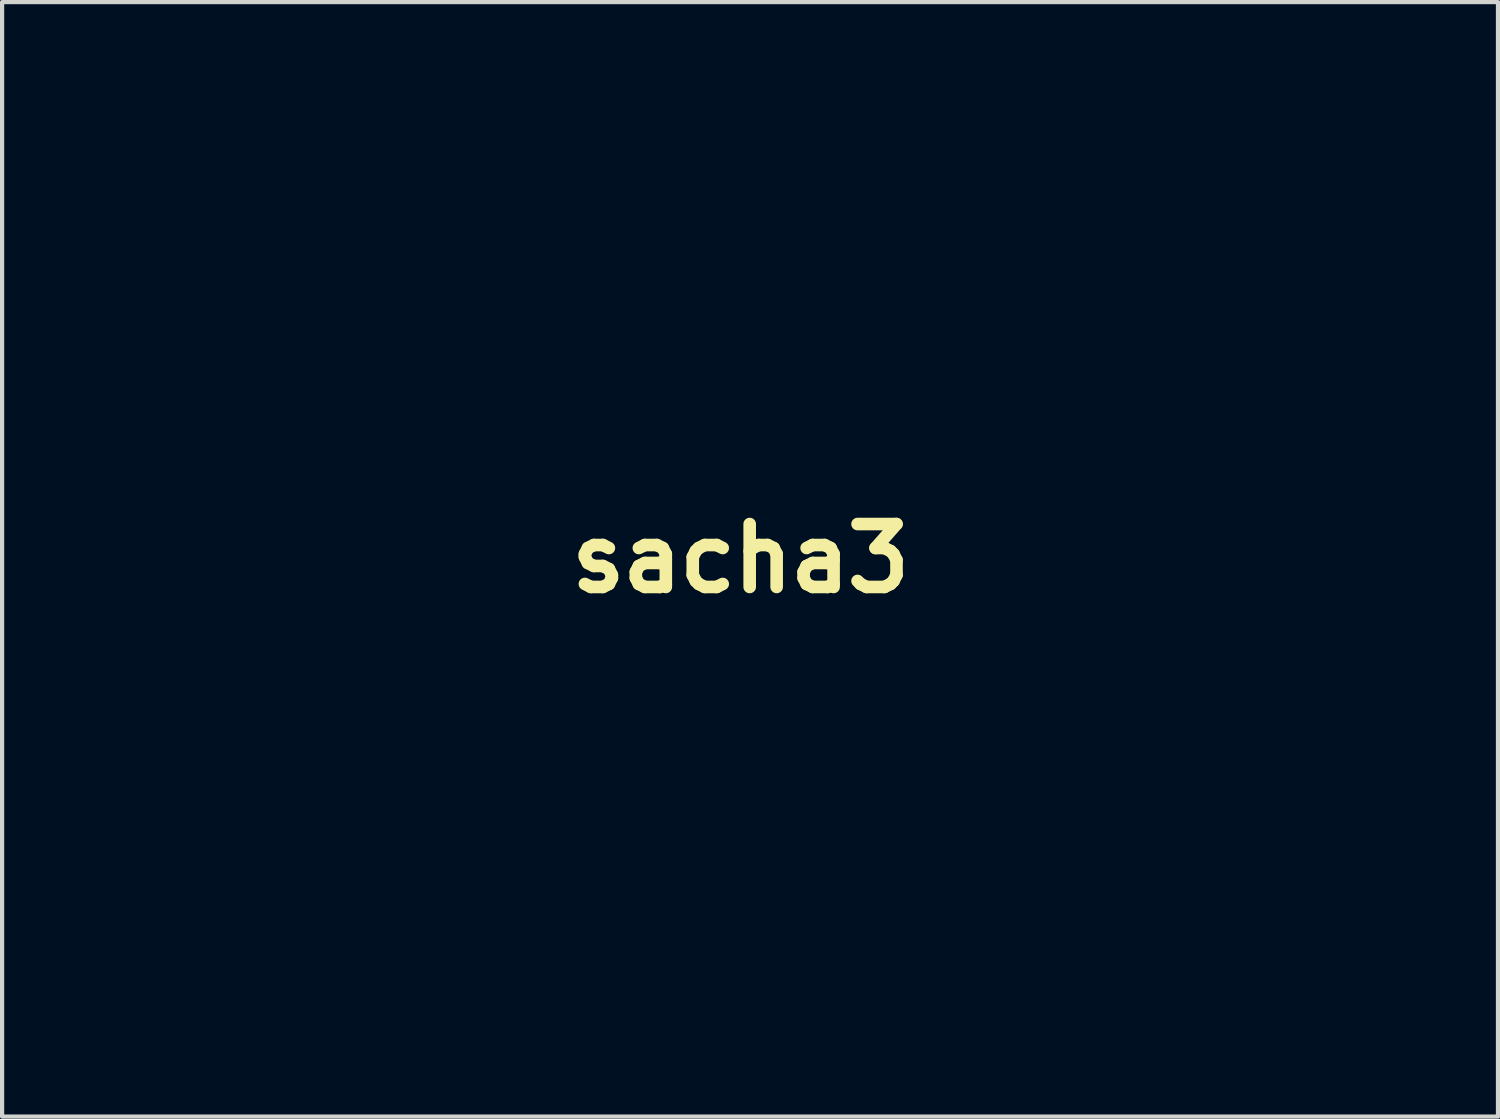
<source format=kicad_pcb>
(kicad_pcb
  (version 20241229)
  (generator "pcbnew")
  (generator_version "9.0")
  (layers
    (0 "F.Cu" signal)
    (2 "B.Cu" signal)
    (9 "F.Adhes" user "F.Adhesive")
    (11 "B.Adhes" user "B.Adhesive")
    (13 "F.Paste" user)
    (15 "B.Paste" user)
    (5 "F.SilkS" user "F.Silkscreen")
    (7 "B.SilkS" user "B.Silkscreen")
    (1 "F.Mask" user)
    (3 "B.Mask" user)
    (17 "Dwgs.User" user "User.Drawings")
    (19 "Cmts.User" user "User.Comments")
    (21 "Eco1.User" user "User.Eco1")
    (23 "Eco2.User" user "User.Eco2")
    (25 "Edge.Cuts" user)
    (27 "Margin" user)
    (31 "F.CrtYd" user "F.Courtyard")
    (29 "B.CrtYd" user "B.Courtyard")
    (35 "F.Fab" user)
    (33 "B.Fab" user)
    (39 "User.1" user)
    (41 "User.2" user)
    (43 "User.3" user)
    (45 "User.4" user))
  (footprint "sacha3"
    (layer "F.Cu")
    (at 14.61 10.266)
    (property "Reference" "sacha3" (at 0 0 0) (layer "F.SilkS") (effects (font (size 1.5 1.5) (thickness 0.3))))
    (attr board_only exclude_from_pos_files exclude_from_bom)
    (fp_poly (pts (xy -13.719 -0.493) (xy -13.734 -0.477) (xy -13.75 -0.493) (xy -13.734 -0.509)) (stroke (width 0) (type solid)) (fill yes) (layer "F.Mask"))
    (fp_poly (pts (xy -12.127 5.968) (xy -12.143 5.984) (xy -12.159 5.968) (xy -12.143 5.952)) (stroke (width 0) (type solid)) (fill yes) (layer "F.Mask"))
    (fp_poly (pts (xy -11.395 5.682) (xy -11.411 5.697) (xy -11.427 5.682) (xy -11.411 5.666)) (stroke (width 0) (type solid)) (fill yes) (layer "F.Mask"))
    (fp_poly (pts (xy -11.363 5.618) (xy -11.379 5.634) (xy -11.395 5.618) (xy -11.379 5.602)) (stroke (width 0) (type solid)) (fill yes) (layer "F.Mask"))
    (fp_poly (pts (xy -11.236 -8.642) (xy -11.252 -8.626) (xy -11.268 -8.642) (xy -11.252 -8.658)) (stroke (width 0) (type solid)) (fill yes) (layer "F.Mask"))
    (fp_poly (pts (xy -10.822 -8.069) (xy -10.838 -8.053) (xy -10.854 -8.069) (xy -10.838 -8.085)) (stroke (width 0) (type solid)) (fill yes) (layer "F.Mask"))
    (fp_poly (pts (xy -9.963 4.886) (xy -9.979 4.902) (xy -9.994 4.886) (xy -9.979 4.87)) (stroke (width 0) (type solid)) (fill yes) (layer "F.Mask"))
    (fp_poly (pts (xy -7.575 1.162) (xy -7.591 1.178) (xy -7.607 1.162) (xy -7.591 1.146)) (stroke (width 0) (type solid)) (fill yes) (layer "F.Mask"))
    (fp_poly (pts (xy -6.939 -5.777) (xy -6.955 -5.761) (xy -6.971 -5.777) (xy -6.955 -5.793)) (stroke (width 0) (type solid)) (fill yes) (layer "F.Mask"))
    (fp_poly (pts (xy -6.334 -5.809) (xy -6.35 -5.793) (xy -6.366 -5.809) (xy -6.35 -5.825)) (stroke (width 0) (type solid)) (fill yes) (layer "F.Mask"))
    (fp_poly (pts (xy -5.443 4.186) (xy -5.459 4.202) (xy -5.475 4.186) (xy -5.459 4.17)) (stroke (width 0) (type solid)) (fill yes) (layer "F.Mask"))
    (fp_poly (pts (xy -5.411 -9.374) (xy -5.427 -9.358) (xy -5.443 -9.374) (xy -5.427 -9.39)) (stroke (width 0) (type solid)) (fill yes) (layer "F.Mask"))
    (fp_poly (pts (xy -4.361 -1.576) (xy -4.377 -1.56) (xy -4.392 -1.576) (xy -4.377 -1.591)) (stroke (width 0) (type solid)) (fill yes) (layer "F.Mask"))
    (fp_poly (pts (xy -3.342 8.769) (xy -3.358 8.785) (xy -3.374 8.769) (xy -3.358 8.753)) (stroke (width 0) (type solid)) (fill yes) (layer "F.Mask"))
    (fp_poly (pts (xy -0.891 7.337) (xy -0.907 7.353) (xy -0.923 7.337) (xy -0.907 7.321)) (stroke (width 0) (type solid)) (fill yes) (layer "F.Mask"))
    (fp_poly (pts (xy -0.414 1.735) (xy -0.43 1.751) (xy -0.446 1.735) (xy -0.43 1.719)) (stroke (width 0) (type solid)) (fill yes) (layer "F.Mask"))
    (fp_poly (pts (xy -0.286 5.3) (xy -0.302 5.316) (xy -0.318 5.3) (xy -0.302 5.284)) (stroke (width 0) (type solid)) (fill yes) (layer "F.Mask"))
    (fp_poly (pts (xy 7.162 8.578) (xy 7.146 8.594) (xy 7.13 8.578) (xy 7.146 8.562)) (stroke (width 0) (type solid)) (fill yes) (layer "F.Mask"))
    (fp_poly (pts (xy -11.883 -4.382) (xy -11.887 -4.363) (xy -11.904 -4.361) (xy -11.93 -4.372) (xy -11.925 -4.382) (xy -11.888 -4.386)) (stroke (width 0) (type solid)) (fill yes) (layer "F.Mask"))
    (fp_poly (pts (xy -11.215 5.453) (xy -11.211 5.491) (xy -11.215 5.496) (xy -11.234 5.492) (xy -11.236 5.475) (xy -11.224 5.448)) (stroke (width 0) (type solid)) (fill yes) (layer "F.Mask"))
    (fp_poly (pts (xy -9.528 4.658) (xy -9.524 4.696) (xy -9.528 4.7) (xy -9.547 4.696) (xy -9.549 4.679) (xy -9.537 4.653)) (stroke (width 0) (type solid)) (fill yes) (layer "F.Mask"))
    (fp_poly (pts (xy -7.618 -3.268) (xy -7.614 -3.23) (xy -7.618 -3.225) (xy -7.637 -3.23) (xy -7.639 -3.247) (xy -7.627 -3.273)) (stroke (width 0) (type solid)) (fill yes) (layer "F.Mask"))
    (fp_poly (pts (xy -5.772 -8.838) (xy -5.776 -8.819) (xy -5.793 -8.817) (xy -5.819 -8.828) (xy -5.814 -8.838) (xy -5.776 -8.842)) (stroke (width 0) (type solid)) (fill yes) (layer "F.Mask"))
    (fp_poly (pts (xy -5.358 4.148) (xy -5.362 4.167) (xy -5.379 4.17) (xy -5.405 4.158) (xy -5.4 4.148) (xy -5.363 4.145)) (stroke (width 0) (type solid)) (fill yes) (layer "F.Mask"))
    (fp_poly (pts (xy -1.475 1.252) (xy -1.471 1.29) (xy -1.475 1.294) (xy -1.494 1.29) (xy -1.496 1.273) (xy -1.484 1.247)) (stroke (width 0) (type solid)) (fill yes) (layer "F.Mask"))
    (fp_poly (pts (xy -0.965 7.109) (xy -0.962 7.146) (xy -0.965 7.151) (xy -0.984 7.147) (xy -0.987 7.13) (xy -0.975 7.104)) (stroke (width 0) (type solid)) (fill yes) (layer "F.Mask"))
    (fp_poly (pts (xy -0.806 7.3) (xy -0.803 7.337) (xy -0.806 7.342) (xy -0.825 7.338) (xy -0.828 7.321) (xy -0.816 7.295)) (stroke (width 0) (type solid)) (fill yes) (layer "F.Mask"))
    (fp_poly (pts (xy 0.594 2.907) (xy 0.598 2.945) (xy 0.594 2.95) (xy 0.575 2.945) (xy 0.573 2.928) (xy 0.585 2.902)) (stroke (width 0) (type solid)) (fill yes) (layer "F.Mask"))
    (fp_poly (pts (xy 0.658 3.111) (xy 0.662 3.177) (xy 0.658 3.191) (xy 0.646 3.195) (xy 0.642 3.151) (xy 0.647 3.106)) (stroke (width 0) (type solid)) (fill yes) (layer "F.Mask"))
    (fp_poly (pts (xy 1.358 4.212) (xy 1.354 4.231) (xy 1.337 4.233) (xy 1.311 4.222) (xy 1.316 4.212) (xy 1.353 4.208)) (stroke (width 0) (type solid)) (fill yes) (layer "F.Mask"))
    (fp_poly (pts (xy -6.148 -1.006) (xy -6.114 -0.976) (xy -6.111 -0.969) (xy -6.126 -0.956) (xy -6.158 -0.985) (xy -6.162 -0.992) (xy -6.166 -1.013)) (stroke (width 0) (type solid)) (fill yes) (layer "F.Mask"))
    (fp_poly (pts (xy -13.212 -0.906) (xy -13.209 -0.895) (xy -13.233 -0.85) (xy -13.241 -0.843) (xy -13.27 -0.845) (xy -13.273 -0.856) (xy -13.25 -0.901) (xy -13.241 -0.907)) (stroke (width 0) (type solid)) (fill yes) (layer "F.Mask"))
    (fp_poly (pts (xy -12.236 6.103) (xy -12.254 6.143) (xy -12.287 6.193) (xy -12.304 6.207) (xy -12.304 6.183) (xy -12.286 6.143) (xy -12.253 6.093) (xy -12.236 6.079)) (stroke (width 0) (type solid)) (fill yes) (layer "F.Mask"))
    (fp_poly (pts (xy -11.522 5.569) (xy -11.547 5.606) (xy -11.594 5.637) (xy -11.642 5.661) (xy -11.644 5.652) (xy -11.605 5.607) (xy -11.552 5.552) (xy -11.527 5.543)) (stroke (width 0) (type solid)) (fill yes) (layer "F.Mask"))
    (fp_poly (pts (xy -9.488 -3.082) (xy -9.511 -3.06) (xy -9.517 -3.056) (xy -9.575 -3.028) (xy -9.603 -3.032) (xy -9.597 -3.056) (xy -9.551 -3.083) (xy -9.523 -3.087)) (stroke (width 0) (type solid)) (fill yes) (layer "F.Mask"))
    (fp_poly (pts (xy -9.178 4.316) (xy -9.183 4.329) (xy -9.211 4.359) (xy -9.217 4.361) (xy -9.23 4.336) (xy -9.231 4.329) (xy -9.206 4.298) (xy -9.197 4.297)) (stroke (width 0) (type solid)) (fill yes) (layer "F.Mask"))
    (fp_poly (pts (xy -8.126 -6.215) (xy -8.121 -6.122) (xy -8.126 -6.071) (xy -8.134 -6.056) (xy -8.139 -6.096) (xy -8.14 -6.143) (xy -8.137 -6.212) (xy -8.131 -6.231)) (stroke (width 0) (type solid)) (fill yes) (layer "F.Mask"))
    (fp_poly (pts (xy -7.921 -3.635) (xy -7.905 -3.611) (xy -7.895 -3.557) (xy -7.921 -3.552) (xy -7.973 -3.597) (xy -8.011 -3.643) (xy -8.004 -3.659) (xy -7.977 -3.66)) (stroke (width 0) (type solid)) (fill yes) (layer "F.Mask"))
    (fp_poly (pts (xy -5.926 -8.651) (xy -5.92 -8.645) (xy -5.945 -8.625) (xy -5.968 -8.614) (xy -6.009 -8.614) (xy -6.016 -8.627) (xy -5.99 -8.654) (xy -5.968 -8.658)) (stroke (width 0) (type solid)) (fill yes) (layer "F.Mask"))
    (fp_poly (pts (xy -5.842 -4.069) (xy -5.842 -4.053) (xy -5.857 -4.042) (xy -5.921 -4.013) (xy -5.96 -4.031) (xy -5.968 -4.042) (xy -5.956 -4.065) (xy -5.898 -4.074)) (stroke (width 0) (type solid)) (fill yes) (layer "F.Mask"))
    (fp_poly (pts (xy -5.263 -9.37) (xy -5.268 -9.358) (xy -5.31 -9.327) (xy -5.319 -9.326) (xy -5.337 -9.346) (xy -5.331 -9.358) (xy -5.289 -9.389) (xy -5.28 -9.39)) (stroke (width 0) (type solid)) (fill yes) (layer "F.Mask"))
    (fp_poly (pts (xy -1.137 10.228) (xy -1.136 10.239) (xy -1.186 10.243) (xy -1.194 10.243) (xy -1.243 10.238) (xy -1.238 10.229) (xy -1.233 10.227) (xy -1.163 10.222)) (stroke (width 0) (type solid)) (fill yes) (layer "F.Mask"))
    (fp_poly (pts (xy 2.501 3.007) (xy 2.499 3.024) (xy 2.471 3.054) (xy 2.467 3.056) (xy 2.441 3.033) (xy 2.435 3.024) (xy 2.443 2.997) (xy 2.467 2.992)) (stroke (width 0) (type solid)) (fill yes) (layer "F.Mask"))
    (fp_poly (pts (xy 2.797 1.062) (xy 2.777 1.098) (xy 2.734 1.131) (xy 2.69 1.136) (xy 2.674 1.115) (xy 2.699 1.078) (xy 2.737 1.05) (xy 2.79 1.035)) (stroke (width 0) (type solid)) (fill yes) (layer "F.Mask"))
    (fp_poly (pts (xy 9.841 10.08) (xy 9.867 10.106) (xy 9.886 10.144) (xy 9.875 10.154) (xy 9.83 10.132) (xy 9.804 10.106) (xy 9.784 10.067) (xy 9.796 10.058)) (stroke (width 0) (type solid)) (fill yes) (layer "F.Mask"))
    (fp_poly (pts (xy -9.28 -3.066) (xy -9.31 -3.024) (xy -9.371 -2.976) (xy -9.419 -2.961) (xy -9.443 -2.971) (xy -9.418 -3.004) (xy -9.394 -3.025) (xy -9.327 -3.072) (xy -9.286 -3.086)) (stroke (width 0) (type solid)) (fill yes) (layer "F.Mask"))
    (fp_poly (pts (xy -7.372 -3.717) (xy -7.378 -3.684) (xy -7.392 -3.66) (xy -7.44 -3.604) (xy -7.48 -3.608) (xy -7.496 -3.629) (xy -7.501 -3.681) (xy -7.456 -3.717) (xy -7.414 -3.724)) (stroke (width 0) (type solid)) (fill yes) (layer "F.Mask"))
    (fp_poly (pts (xy -7.258 5.187) (xy -7.258 5.194) (xy -7.274 5.252) (xy -7.289 5.268) (xy -7.318 5.27) (xy -7.32 5.262) (xy -7.304 5.215) (xy -7.289 5.188) (xy -7.264 5.158)) (stroke (width 0) (type solid)) (fill yes) (layer "F.Mask"))
    (fp_poly (pts (xy -5.611 -3.901) (xy -5.557 -3.869) (xy -5.55 -3.827) (xy -5.552 -3.823) (xy -5.588 -3.791) (xy -5.639 -3.804) (xy -5.702 -3.85) (xy -5.777 -3.913) (xy -5.697 -3.913)) (stroke (width 0) (type solid)) (fill yes) (layer "F.Mask"))
    (fp_poly (pts (xy -6.104 -4.255) (xy -6.048 -4.217) (xy -6.026 -4.181) (xy -6.059 -4.173) (xy -6.068 -4.173) (xy -6.152 -4.185) (xy -6.183 -4.192) (xy -6.222 -4.217) (xy -6.221 -4.236) (xy -6.172 -4.263)) (stroke (width 0) (type solid)) (fill yes) (layer "F.Mask"))
    (fp_poly (pts (xy -4.43 3.24) (xy -4.44 3.278) (xy -4.477 3.36) (xy -4.511 3.406) (xy -4.543 3.433) (xy -4.546 3.412) (xy -4.536 3.374) (xy -4.499 3.293) (xy -4.465 3.247) (xy -4.433 3.219)) (stroke (width 0) (type solid)) (fill yes) (layer "F.Mask"))
    (fp_poly (pts (xy -0.486 4.715) (xy -0.431 4.736) (xy -0.365 4.774) (xy -0.337 4.806) (xy -0.338 4.812) (xy -0.367 4.835) (xy -0.416 4.819) (xy -0.469 4.785) (xy -0.53 4.734) (xy -0.534 4.709)) (stroke (width 0) (type solid)) (fill yes) (layer "F.Mask"))
    (fp_poly (pts (xy 10.402 10.26) (xy 10.469 10.279) (xy 10.472 10.281) (xy 10.498 10.299) (xy 10.492 10.306) (xy 10.447 10.301) (xy 10.35 10.285) (xy 10.329 10.281) (xy 10.201 10.258) (xy 10.313 10.254)) (stroke (width 0) (type solid)) (fill yes) (layer "F.Mask"))
    (fp_poly (pts (xy 2.69 1.534) (xy 2.679 1.562) (xy 2.633 1.617) (xy 2.61 1.64) (xy 2.549 1.692) (xy 2.52 1.7) (xy 2.515 1.678) (xy 2.536 1.632) (xy 2.585 1.581) (xy 2.642 1.541) (xy 2.684 1.53)) (stroke (width 0) (type solid)) (fill yes) (layer "F.Mask"))
    (fp_poly (pts (xy -11.814 -4.237) (xy -11.808 -4.216) (xy -11.864 -4.197) (xy -11.899 -4.19) (xy -11.996 -4.172) (xy -12.074 -4.152) (xy -12.084 -4.148) (xy -12.122 -4.137) (xy -12.118 -4.154) (xy -12.082 -4.196) (xy -11.998 -4.251) (xy -11.894 -4.263)) (stroke (width 0) (type solid)) (fill yes) (layer "F.Mask"))
    (fp_poly (pts (xy -9.561 -3.352) (xy -9.549 -3.304) (xy -9.549 -3.282) (xy -9.572 -3.198) (xy -9.635 -3.156) (xy -9.727 -3.16) (xy -9.84 -3.21) (xy -9.846 -3.213) (xy -9.936 -3.271) (xy -9.784 -3.322) (xy -9.666 -3.359) (xy -9.596 -3.37)) (stroke (width 0) (type solid)) (fill yes) (layer "F.Mask"))
    (fp_poly (pts (xy -13.088 -2.207) (xy -13.073 -2.176) (xy -13.104 -2.146) (xy -13.165 -2.117) (xy -13.247 -2.088) (xy -13.319 -2.071) (xy -13.363 -2.069) (xy -13.365 -2.083) (xy -13.332 -2.108) (xy -13.266 -2.154) (xy -13.239 -2.173) (xy -13.163 -2.219) (xy -13.117 -2.227)) (stroke (width 0) (type solid)) (fill yes) (layer "F.Mask"))
    (fp_poly (pts (xy -4.823 -2.499) (xy -4.778 -2.442) (xy -4.764 -2.413) (xy -4.737 -2.338) (xy -4.713 -2.246) (xy -4.695 -2.157) (xy -4.688 -2.092) (xy -4.694 -2.069) (xy -4.717 -2.093) (xy -4.765 -2.155) (xy -4.824 -2.235) (xy -4.903 -2.355) (xy -4.94 -2.436) (xy -4.933 -2.485) (xy -4.887 -2.507) (xy -4.88 -2.508)) (stroke (width 0) (type solid)) (fill yes) (layer "F.Mask"))
    (fp_poly (pts (xy 0.184 2.263) (xy 0.201 2.312) (xy 0.219 2.386) (xy 0.241 2.492) (xy 0.262 2.614) (xy 0.281 2.734) (xy 0.295 2.837) (xy 0.302 2.906) (xy 0.3 2.924) (xy 0.283 2.904) (xy 0.248 2.84) (xy 0.205 2.749) (xy 0.135 2.567) (xy 0.103 2.419) (xy 0.109 2.312) (xy 0.13 2.273) (xy 0.162 2.243)) (stroke (width 0) (type solid)) (fill yes) (layer "F.Mask"))
    (fp_poly (pts (xy -13.357 -0.767) (xy -13.292 -0.746) (xy -13.261 -0.751) (xy -13.217 -0.751) (xy -13.209 -0.734) (xy -13.236 -0.702) (xy -13.306 -0.658) (xy -13.385 -0.619) (xy -13.492 -0.572) (xy -13.554 -0.549) (xy -13.583 -0.545) (xy -13.591 -0.558) (xy -13.591 -0.566) (xy -13.567 -0.597) (xy -13.506 -0.641) (xy -13.496 -0.647) (xy -13.431 -0.699) (xy -13.401 -0.749) (xy -13.4 -0.754) (xy -13.39 -0.786)) (stroke (width 0) (type solid)) (fill yes) (layer "F.Mask"))
    (fp_poly (pts (xy 0.43 2.32) (xy 0.451 2.395) (xy 0.473 2.498) (xy 0.492 2.612) (xy 0.506 2.72) (xy 0.511 2.804) (xy 0.506 2.847) (xy 0.505 2.847) (xy 0.486 2.842) (xy 0.478 2.785) (xy 0.477 2.776) (xy 0.465 2.698) (xy 0.433 2.674) (xy 0.392 2.647) (xy 0.384 2.626) (xy 0.414 2.626) (xy 0.43 2.642) (xy 0.446 2.626) (xy 0.43 2.61) (xy 0.414 2.626) (xy 0.384 2.626) (xy 0.369 2.59) (xy 0.37 2.562) (xy 0.382 2.562) (xy 0.398 2.578) (xy 0.414 2.562) (xy 0.398 2.546) (xy 0.382 2.562) (xy 0.37 2.562) (xy 0.371 2.532) (xy 0.387 2.511) (xy 0.407 2.468) (xy 0.408 2.393) (xy 0.408 2.391) (xy 0.403 2.323) (xy 0.412 2.292) (xy 0.413 2.292)) (stroke (width 0) (type solid)) (fill yes) (layer "F.Mask"))
    (fp_poly (pts (xy -4.69 2.442) (xy -4.69 2.489) (xy -4.695 2.515) (xy -4.698 2.585) (xy -4.678 2.611) (xy -4.647 2.584) (xy -4.631 2.546) (xy -4.593 2.494) (xy -4.541 2.487) (xy -4.5 2.529) (xy -4.5 2.529) (xy -4.506 2.592) (xy -4.554 2.674) (xy -4.632 2.758) (xy -4.727 2.829) (xy -4.795 2.866) (xy -4.828 2.871) (xy -4.829 2.835) (xy -4.803 2.75) (xy -4.789 2.709) (xy -4.759 2.605) (xy -4.763 2.553) (xy -4.801 2.551) (xy -4.832 2.567) (xy -4.872 2.624) (xy -4.893 2.735) (xy -4.895 2.764) (xy -4.905 2.862) (xy -4.922 2.911) (xy -4.955 2.928) (xy -4.969 2.928) (xy -5.05 2.943) (xy -5.099 2.963) (xy -5.145 2.983) (xy -5.15 2.963) (xy -5.147 2.955) (xy -5.132 2.905) (xy -5.117 2.851) (xy -5.026 2.851) (xy -4.994 2.858) (xy -4.989 2.857) (xy -4.95 2.818) (xy -4.938 2.783) (xy -4.936 2.743) (xy -4.963 2.754) (xy -4.978 2.766) (xy -5.02 2.815) (xy -5.026 2.851) (xy -5.117 2.851) (xy -5.107 2.811) (xy -5.077 2.695) (xy -5.075 2.685) (xy -5.045 2.568) (xy -5.019 2.499) (xy -4.989 2.463) (xy -4.943 2.446) (xy -4.905 2.439) (xy -4.786 2.421) (xy -4.718 2.421)) (stroke (width 0) (type solid)) (fill yes) (layer "F.Mask"))
    (fp_poly (pts (xy -13.227 -1.96) (xy -13.255 -1.922) (xy -13.289 -1.892) (xy -13.347 -1.837) (xy -13.357 -1.803) (xy -13.34 -1.786) (xy -13.321 -1.759) (xy -13.35 -1.723) (xy -13.38 -1.703) (xy -13.448 -1.648) (xy -13.457 -1.613) (xy -13.41 -1.602) (xy -13.358 -1.608) (xy -13.257 -1.606) (xy -13.196 -1.557) (xy -13.182 -1.469) (xy -13.185 -1.448) (xy -13.189 -1.389) (xy -13.176 -1.369) (xy -13.168 -1.341) (xy -13.175 -1.272) (xy -13.182 -1.233) (xy -13.215 -1.139) (xy -13.277 -1.046) (xy -13.38 -0.937) (xy -13.389 -0.929) (xy -13.478 -0.85) (xy -13.554 -0.795) (xy -13.602 -0.775) (xy -13.607 -0.775) (xy -13.65 -0.767) (xy -13.703 -0.727) (xy -13.752 -0.674) (xy -13.781 -0.624) (xy -13.774 -0.593) (xy -13.773 -0.593) (xy -13.759 -0.569) (xy -13.79 -0.541) (xy -13.838 -0.496) (xy -13.839 -0.458) (xy -13.801 -0.446) (xy -13.768 -0.426) (xy -13.778 -0.374) (xy -13.825 -0.301) (xy -13.905 -0.215) (xy -13.913 -0.207) (xy -14.01 -0.129) (xy -14.073 -0.096) (xy -14.1 -0.112) (xy -14.101 -0.121) (xy -14.081 -0.163) (xy -14.062 -0.185) (xy -14.044 -0.215) (xy -14.078 -0.223) (xy -14.14 -0.202) (xy -14.196 -0.159) (xy -14.263 -0.107) (xy -14.309 -0.1) (xy -14.323 -0.133) (xy -14.303 -0.181) (xy -14.255 -0.244) (xy -14.254 -0.245) (xy -14.206 -0.308) (xy -14.207 -0.318) (xy -14.021 -0.318) (xy -14.018 -0.289) (xy -14.007 -0.286) (xy -13.974 -0.31) (xy -13.973 -0.318) (xy -13.984 -0.349) (xy -13.987 -0.35) (xy -14.014 -0.328) (xy -14.021 -0.318) (xy -14.207 -0.318) (xy -14.208 -0.335) (xy -14.253 -0.319) (xy -14.3 -0.287) (xy -14.399 -0.238) (xy -14.495 -0.223) (xy -14.572 -0.228) (xy -14.603 -0.253) (xy -14.61 -0.315) (xy -14.61 -0.317) (xy -14.6 -0.414) (xy -14.581 -0.484) (xy -14.554 -0.56) (xy -14.521 -0.663) (xy -14.51 -0.699) (xy -14.449 -0.839) (xy -14.347 -1.004) (xy -14.213 -1.184) (xy -14.059 -1.366) (xy -13.893 -1.541) (xy -13.726 -1.695) (xy -13.569 -1.819) (xy -13.442 -1.895) (xy -13.324 -1.947) (xy -13.251 -1.968)) (stroke (width 0) (type solid)) (fill yes) (layer "F.Mask"))
    (fp_poly (pts (xy -7.42 1.168) (xy -7.423 1.217) (xy -7.458 1.269) (xy -7.46 1.27) (xy -7.487 1.32) (xy -7.511 1.41) (xy -7.521 1.477) (xy -7.541 1.592) (xy -7.573 1.694) (xy -7.592 1.732) (xy -7.624 1.794) (xy -7.613 1.812) (xy -7.563 1.783) (xy -7.538 1.762) (xy -7.5 1.73) (xy -7.493 1.741) (xy -7.513 1.804) (xy -7.514 1.806) (xy -7.529 1.945) (xy -7.516 2.01) (xy -7.496 2.076) (xy -7.487 2.084) (xy -7.483 2.038) (xy -7.483 2.032) (xy -7.47 1.942) (xy -7.321 1.942) (xy -7.309 1.968) (xy -7.3 1.963) (xy -7.296 1.925) (xy -7.3 1.92) (xy -7.319 1.925) (xy -7.321 1.942) (xy -7.47 1.942) (xy -7.467 1.917) (xy -7.429 1.856) (xy -7.399 1.846) (xy -7.349 1.822) (xy -7.311 1.781) (xy -7.281 1.744) (xy -7.264 1.751) (xy -7.25 1.811) (xy -7.245 1.837) (xy -7.219 1.95) (xy -7.186 2.016) (xy -7.152 2.028) (xy -7.134 2.011) (xy -7.109 2.001) (xy -7.072 2.043) (xy -7.036 2.106) (xy -6.976 2.208) (xy -6.91 2.3) (xy -6.89 2.324) (xy -6.837 2.397) (xy -6.811 2.464) (xy -6.811 2.467) (xy -6.809 2.683) (xy -6.827 2.844) (xy -6.866 2.956) (xy -6.906 3.007) (xy -6.96 3.041) (xy -7.056 3.09) (xy -7.177 3.145) (xy -7.229 3.166) (xy -7.354 3.222) (xy -7.46 3.276) (xy -7.529 3.321) (xy -7.544 3.334) (xy -7.592 3.367) (xy -7.687 3.412) (xy -7.815 3.463) (xy -7.941 3.507) (xy -8.107 3.559) (xy -8.23 3.591) (xy -8.33 3.607) (xy -8.424 3.609) (xy -8.488 3.605) (xy -8.604 3.599) (xy -8.684 3.609) (xy -8.758 3.641) (xy -8.832 3.689) (xy -8.955 3.756) (xy -9.064 3.787) (xy -9.083 3.788) (xy -9.166 3.798) (xy -9.221 3.823) (xy -9.222 3.824) (xy -9.27 3.84) (xy -9.376 3.853) (xy -9.534 3.862) (xy -9.698 3.866) (xy -9.879 3.869) (xy -10.011 3.876) (xy -10.109 3.886) (xy -10.188 3.904) (xy -10.261 3.931) (xy -10.322 3.957) (xy -10.431 4.007) (xy -10.499 4.032) (xy -10.542 4.037) (xy -10.577 4.025) (xy -10.599 4.011) (xy -10.673 3.983) (xy -10.706 3.979) (xy -10.76 3.957) (xy -10.831 3.903) (xy -10.898 3.836) (xy -10.942 3.775) (xy -10.949 3.751) (xy -10.976 3.721) (xy -11.041 3.689) (xy -11.046 3.687) (xy -11.113 3.653) (xy -11.127 3.609) (xy -11.124 3.596) (xy -11.124 3.539) (xy -11.139 3.518) (xy -11.169 3.467) (xy -11.164 3.39) (xy -11.149 3.358) (xy -10.758 3.358) (xy -10.742 3.374) (xy -10.727 3.358) (xy -10.742 3.342) (xy -10.758 3.358) (xy -11.149 3.358) (xy -11.127 3.314) (xy -11.12 3.305) (xy -11.091 3.26) (xy -11.104 3.247) (xy -11.138 3.226) (xy -11.14 3.216) (xy -11.114 3.18) (xy -11.049 3.138) (xy -10.97 3.103) (xy -10.9 3.087) (xy -10.895 3.087) (xy -10.843 3.062) (xy -10.783 3) (xy -10.766 2.976) (xy -10.729 2.908) (xy -10.721 2.869) (xy -10.727 2.865) (xy -10.746 2.846) (xy -10.726 2.801) (xy -10.678 2.744) (xy -10.614 2.692) (xy -10.541 2.655) (xy -10.509 2.667) (xy -10.519 2.727) (xy -10.531 2.755) (xy -10.553 2.812) (xy -10.539 2.826) (xy -10.502 2.816) (xy -10.445 2.815) (xy -10.418 2.861) (xy -10.394 2.907) (xy -10.373 2.91) (xy -10.35 2.922) (xy -10.345 2.956) (xy -10.333 3.023) (xy -10.301 3.034) (xy -10.274 3.008) (xy -7.257 3.008) (xy -7.24 3.05) (xy -7.226 3.056) (xy -7.209 3.032) (xy -7.214 3.008) (xy -7.236 2.966) (xy -7.245 2.96) (xy -7.256 2.986) (xy -7.257 3.008) (xy -10.274 3.008) (xy -10.255 2.99) (xy -10.212 2.916) (xy -10.168 2.837) (xy -10.131 2.792) (xy -10.116 2.789) (xy -10.092 2.77) (xy -10.049 2.705) (xy -9.996 2.608) (xy -9.978 2.572) (xy -9.912 2.444) (xy -9.834 2.307) (xy -9.754 2.179) (xy -9.683 2.076) (xy -9.637 2.019) (xy -9.6 2.019) (xy -9.532 2.041) (xy -9.529 2.042) (xy -9.436 2.069) (xy -9.324 2.087) (xy -9.304 2.089) (xy -9.223 2.091) (xy -9.174 2.073) (xy -9.135 2.021) (xy -9.102 1.956) (xy -9.044 1.857) (xy -8.99 1.818) (xy -8.936 1.837) (xy -8.912 1.862) (xy -8.857 1.903) (xy -8.827 1.91) (xy -8.802 1.9) (xy -8.811 1.862) (xy -8.837 1.816) (xy -8.872 1.749) (xy -8.872 1.706) (xy -8.836 1.658) (xy -8.832 1.655) (xy -8.755 1.604) (xy -8.702 1.605) (xy -8.625 1.598) (xy -8.592 1.573) (xy -8.526 1.538) (xy -8.481 1.541) (xy -8.397 1.531) (xy -8.33 1.483) (xy -8.228 1.403) (xy -8.133 1.351) (xy -8.058 1.334) (xy -8.025 1.346) (xy -7.973 1.362) (xy -7.909 1.342) (xy -7.813 1.314) (xy -7.732 1.305) (xy -7.623 1.275) (xy -7.562 1.225) (xy -7.502 1.171) (xy -7.455 1.146) (xy -7.452 1.146)) (stroke (width 0) (type solid)) (fill yes) (layer "F.Mask"))
    (fp_poly (pts (xy -5.209 -10.263) (xy -5.161 -10.223) (xy -5.113 -10.139) (xy -5.062 -10.003) (xy -5.04 -9.931) (xy -5.013 -9.802) (xy -4.993 -9.627) (xy -4.978 -9.42) (xy -4.971 -9.198) (xy -4.97 -8.975) (xy -4.977 -8.767) (xy -4.991 -8.589) (xy -5.012 -8.458) (xy -5.015 -8.449) (xy -5.036 -8.333) (xy -5.05 -8.173) (xy -5.058 -7.984) (xy -5.059 -7.78) (xy -5.054 -7.575) (xy -5.044 -7.382) (xy -5.027 -7.215) (xy -5.006 -7.089) (xy -4.988 -7.033) (xy -4.96 -6.948) (xy -4.924 -6.815) (xy -4.886 -6.649) (xy -4.847 -6.463) (xy -4.81 -6.273) (xy -4.779 -6.094) (xy -4.756 -5.939) (xy -4.744 -5.824) (xy -4.743 -5.795) (xy -4.75 -5.681) (xy -4.768 -5.578) (xy -4.777 -5.548) (xy -4.799 -5.479) (xy -4.831 -5.367) (xy -4.868 -5.229) (xy -4.891 -5.141) (xy -4.932 -4.992) (xy -4.975 -4.853) (xy -5.014 -4.745) (xy -5.032 -4.705) (xy -5.071 -4.617) (xy -5.092 -4.544) (xy -5.093 -4.531) (xy -5.11 -4.454) (xy -5.156 -4.348) (xy -5.217 -4.237) (xy -5.284 -4.143) (xy -5.299 -4.125) (xy -5.368 -4.069) (xy -5.451 -4.045) (xy -5.521 -4.042) (xy -5.607 -4.049) (xy -5.659 -4.065) (xy -5.666 -4.074) (xy -5.692 -4.105) (xy -5.759 -4.146) (xy -5.791 -4.161) (xy -5.887 -4.219) (xy -5.933 -4.283) (xy -5.922 -4.345) (xy -5.91 -4.358) (xy -5.893 -4.377) (xy -5.896 -4.389) (xy -5.929 -4.395) (xy -6.004 -4.396) (xy -6.131 -4.395) (xy -6.143 -4.395) (xy -6.268 -4.401) (xy -6.382 -4.417) (xy -6.445 -4.435) (xy -6.541 -4.477) (xy -6.434 -4.533) (xy -6.365 -4.577) (xy -6.353 -4.612) (xy -6.361 -4.623) (xy -6.411 -4.641) (xy -6.478 -4.621) (xy -6.617 -4.586) (xy -6.756 -4.612) (xy -6.838 -4.653) (xy -6.931 -4.697) (xy -6.975 -4.707) (xy -6.74 -4.707) (xy -6.735 -4.694) (xy -6.684 -4.664) (xy -6.621 -4.638) (xy -6.577 -4.653) (xy -6.549 -4.68) (xy -6.507 -4.731) (xy -6.493 -4.757) (xy -6.52 -4.771) (xy -6.557 -4.774) (xy -6.609 -4.761) (xy -6.621 -4.743) (xy -6.648 -4.717) (xy -6.692 -4.71) (xy -6.74 -4.707) (xy -6.975 -4.707) (xy -7.02 -4.717) (xy -7.036 -4.717) (xy -7.126 -4.741) (xy -7.212 -4.82) (xy -7.289 -4.948) (xy -7.327 -5.045) (xy -7.003 -5.045) (xy -6.986 -5.005) (xy -6.968 -5.003) (xy -6.935 -5.036) (xy -6.934 -5.045) (xy -6.959 -5.082) (xy -6.968 -5.087) (xy -6.997 -5.071) (xy -7.003 -5.045) (xy -7.327 -5.045) (xy -7.352 -5.109) (xy -7.193 -5.109) (xy -7.178 -5.093) (xy -7.162 -5.109) (xy -7.178 -5.125) (xy -7.193 -5.109) (xy -7.352 -5.109) (xy -7.354 -5.115) (xy -7.391 -5.268) (xy -6.857 -5.268) (xy -6.821 -5.238) (xy -6.766 -5.221) (xy -6.758 -5.221) (xy -6.709 -5.24) (xy -6.702 -5.248) (xy -6.713 -5.275) (xy -6.761 -5.296) (xy -6.819 -5.303) (xy -6.852 -5.294) (xy -6.857 -5.268) (xy -7.391 -5.268) (xy -7.403 -5.315) (xy -7.42 -5.424) (xy -7.426 -5.457) (xy -7.085 -5.457) (xy -7.066 -5.426) (xy -7.024 -5.394) (xy -7.004 -5.404) (xy -7.017 -5.441) (xy -7.06 -5.473) (xy -7.072 -5.475) (xy -7.085 -5.457) (xy -7.426 -5.457) (xy -7.45 -5.592) (xy -7.493 -5.735) (xy -7.034 -5.735) (xy -7.014 -5.671) (xy -6.964 -5.584) (xy -6.897 -5.495) (xy -6.829 -5.426) (xy -6.821 -5.419) (xy -6.737 -5.388) (xy -6.623 -5.381) (xy -6.506 -5.4) (xy -6.433 -5.43) (xy -6.356 -5.492) (xy -6.283 -5.575) (xy -6.277 -5.582) (xy -6.233 -5.663) (xy -6.222 -5.743) (xy -6.232 -5.824) (xy -6.254 -5.911) (xy -6.283 -5.967) (xy -6.294 -5.976) (xy -6.328 -5.957) (xy -6.384 -5.896) (xy -6.449 -5.804) (xy -6.463 -5.782) (xy -6.529 -5.684) (xy -6.591 -5.606) (xy -6.639 -5.557) (xy -6.668 -5.542) (xy -6.669 -5.57) (xy -6.664 -5.587) (xy -6.669 -5.641) (xy -6.705 -5.714) (xy -6.713 -5.725) (xy -6.756 -5.81) (xy -6.759 -5.874) (xy -6.755 -5.904) (xy -6.652 -5.904) (xy -6.636 -5.888) (xy -6.621 -5.904) (xy -6.636 -5.92) (xy -6.652 -5.904) (xy -6.755 -5.904) (xy -6.754 -5.913) (xy -6.767 -5.915) (xy -6.812 -5.894) (xy -6.89 -5.858) (xy -6.915 -5.847) (xy -6.999 -5.794) (xy -7.034 -5.74) (xy -7.034 -5.735) (xy -7.493 -5.735) (xy -7.501 -5.762) (xy -7.58 -5.957) (xy -7.598 -5.997) (xy -7.662 -6.13) (xy -7.721 -6.243) (xy -7.756 -6.302) (xy -7.671 -6.302) (xy -7.659 -6.276) (xy -7.65 -6.281) (xy -7.646 -6.319) (xy -7.65 -6.323) (xy -7.669 -6.319) (xy -7.671 -6.302) (xy -7.756 -6.302) (xy -7.768 -6.323) (xy -7.792 -6.353) (xy -7.828 -6.4) (xy -7.851 -6.445) (xy -7.512 -6.445) (xy -7.495 -6.403) (xy -7.481 -6.398) (xy -7.463 -6.421) (xy -7.468 -6.445) (xy -7.491 -6.487) (xy -7.499 -6.493) (xy -7.51 -6.467) (xy -7.512 -6.445) (xy -7.851 -6.445) (xy -7.873 -6.487) (xy -7.909 -6.576) (xy -7.954 -6.677) (xy -7.996 -6.744) (xy -8.024 -6.764) (xy -8.049 -6.778) (xy -8.06 -6.83) (xy -8.06 -6.897) (xy -7.058 -6.897) (xy -7.05 -6.825) (xy -7.024 -6.782) (xy -6.986 -6.78) (xy -6.951 -6.817) (xy -6.95 -6.841) (xy -6.98 -6.834) (xy -7.004 -6.833) (xy -7.004 -6.865) (xy -6.976 -6.938) (xy -6.95 -6.996) (xy -6.87 -7.176) (xy -6.801 -7.338) (xy -6.746 -7.473) (xy -6.709 -7.57) (xy -6.694 -7.623) (xy -6.695 -7.629) (xy -6.714 -7.608) (xy -6.753 -7.543) (xy -6.808 -7.448) (xy -6.869 -7.335) (xy -6.93 -7.217) (xy -6.985 -7.107) (xy -7.026 -7.019) (xy -7.04 -6.983) (xy -7.058 -6.897) (xy -8.06 -6.897) (xy -8.06 -6.93) (xy -8.058 -6.963) (xy -8.057 -6.993) (xy -7.163 -6.993) (xy -7.16 -6.966) (xy -7.145 -6.989) (xy -7.119 -7.066) (xy -7.086 -7.188) (xy -7.059 -7.311) (xy -7.041 -7.425) (xy -7.037 -7.49) (xy -7.044 -7.518) (xy -7.061 -7.483) (xy -7.088 -7.388) (xy -7.1 -7.337) (xy -7.134 -7.183) (xy -7.155 -7.067) (xy -7.163 -6.993) (xy -8.057 -6.993) (xy -8.054 -7.071) (xy -8.059 -7.129) (xy -8.077 -7.147) (xy -8.097 -7.143) (xy -8.134 -7.101) (xy -8.162 -7.023) (xy -8.165 -7.007) (xy -8.182 -6.899) (xy -8.198 -6.799) (xy -8.198 -6.797) (xy -8.199 -6.734) (xy -8.172 -6.673) (xy -8.108 -6.596) (xy -8.077 -6.563) (xy -8.009 -6.489) (xy -7.987 -6.455) (xy -8.008 -6.456) (xy -8.02 -6.462) (xy -8.103 -6.52) (xy -8.154 -6.57) (xy -8.194 -6.611) (xy -8.21 -6.602) (xy -8.211 -6.586) (xy -8.202 -6.521) (xy -8.177 -6.435) (xy -8.176 -6.431) (xy -8.156 -6.348) (xy -8.172 -6.307) (xy -8.174 -6.306) (xy -8.219 -6.248) (xy -8.26 -6.136) (xy -8.295 -5.983) (xy -8.322 -5.799) (xy -8.34 -5.595) (xy -8.346 -5.381) (xy -8.346 -5.347) (xy -8.352 -5.086) (xy -8.376 -4.828) (xy -8.416 -4.583) (xy -8.469 -4.362) (xy -8.533 -4.174) (xy -8.605 -4.03) (xy -8.674 -3.947) (xy -8.713 -3.896) (xy -8.765 -3.807) (xy -8.816 -3.705) (xy -8.871 -3.599) (xy -8.927 -3.515) (xy -8.97 -3.472) (xy -9.032 -3.417) (xy -9.056 -3.374) (xy -9.089 -3.318) (xy -9.129 -3.323) (xy -9.164 -3.382) (xy -9.18 -3.457) (xy -9.15 -3.494) (xy -9.088 -3.501) (xy -9.006 -3.509) (xy -8.963 -3.521) (xy -8.924 -3.548) (xy -8.941 -3.573) (xy -9.004 -3.591) (xy -9.092 -3.597) (xy -9.196 -3.605) (xy -9.27 -3.64) (xy -9.326 -3.692) (xy -9.39 -3.74) (xy -8.944 -3.74) (xy -8.928 -3.724) (xy -8.912 -3.74) (xy -8.928 -3.756) (xy -8.944 -3.74) (xy -9.39 -3.74) (xy -9.429 -3.769) (xy -9.535 -3.783) (xy -9.64 -3.734) (xy -9.644 -3.731) (xy -9.691 -3.687) (xy -9.689 -3.656) (xy -9.664 -3.631) (xy -9.618 -3.574) (xy -9.631 -3.524) (xy -9.706 -3.478) (xy -9.761 -3.457) (xy -9.89 -3.418) (xy -9.989 -3.406) (xy -10.075 -3.426) (xy -10.164 -3.483) (xy -10.271 -3.583) (xy -10.317 -3.628) (xy -10.41 -3.727) (xy -10.484 -3.811) (xy -10.528 -3.869) (xy -10.536 -3.887) (xy -10.555 -3.931) (xy -10.604 -4) (xy -10.631 -4.031) (xy -10.689 -4.107) (xy -10.723 -4.171) (xy -10.727 -4.188) (xy -10.744 -4.256) (xy -10.787 -4.354) (xy -10.845 -4.459) (xy -10.907 -4.551) (xy -10.948 -4.599) (xy -11 -4.64) (xy -11.032 -4.637) (xy -11.073 -4.589) (xy -11.101 -4.557) (xy -11.136 -4.536) (xy -11.191 -4.525) (xy -11.279 -4.521) (xy -11.414 -4.522) (xy -11.468 -4.523) (xy -11.607 -4.528) (xy -11.718 -4.536) (xy -11.789 -4.546) (xy -11.809 -4.555) (xy -11.786 -4.637) (xy -11.718 -4.747) (xy -11.695 -4.774) (xy -8.61 -4.774) (xy -8.603 -4.747) (xy -8.58 -4.743) (xy -8.536 -4.759) (xy -8.53 -4.774) (xy -8.553 -4.805) (xy -8.56 -4.806) (xy -8.603 -4.783) (xy -8.61 -4.774) (xy -11.695 -4.774) (xy -11.645 -4.835) (xy -8.976 -4.835) (xy -8.951 -4.811) (xy -8.892 -4.81) (xy -8.827 -4.832) (xy -8.818 -4.837) (xy -8.787 -4.871) (xy -8.79 -4.886) (xy -8.832 -4.894) (xy -8.897 -4.882) (xy -8.955 -4.858) (xy -8.976 -4.835) (xy -11.645 -4.835) (xy -11.6 -4.889) (xy -11.559 -4.934) (xy -11.469 -5.038) (xy -11.396 -5.135) (xy -11.352 -5.21) (xy -11.346 -5.229) (xy -11.311 -5.316) (xy -11.254 -5.403) (xy -11.254 -5.404) (xy -11.203 -5.472) (xy -9.567 -5.472) (xy -9.559 -5.411) (xy -9.517 -5.321) (xy -9.441 -5.224) (xy -9.352 -5.146) (xy -9.31 -5.122) (xy -9.224 -5.107) (xy -9.108 -5.113) (xy -8.99 -5.136) (xy -8.919 -5.165) (xy -8.752 -5.165) (xy -8.733 -5.127) (xy -8.721 -5.125) (xy -8.687 -5.151) (xy -8.657 -5.207) (xy -8.639 -5.283) (xy -8.65 -5.327) (xy -8.681 -5.328) (xy -8.71 -5.298) (xy -8.744 -5.23) (xy -8.752 -5.165) (xy -8.919 -5.165) (xy -8.899 -5.173) (xy -8.896 -5.175) (xy -8.838 -5.232) (xy -8.785 -5.31) (xy -8.755 -5.382) (xy -8.753 -5.398) (xy -8.78 -5.418) (xy -8.847 -5.453) (xy -8.888 -5.471) (xy -9.023 -5.528) (xy -9.079 -5.402) (xy -9.117 -5.326) (xy -9.146 -5.299) (xy -9.18 -5.313) (xy -9.187 -5.319) (xy -9.237 -5.373) (xy -9.297 -5.454) (xy -9.313 -5.48) (xy -9.368 -5.554) (xy -9.417 -5.582) (xy -9.46 -5.578) (xy -9.541 -5.54) (xy -9.567 -5.472) (xy -11.203 -5.472) (xy -11.183 -5.499) (xy -11.138 -5.588) (xy -11.123 -5.65) (xy -9.358 -5.65) (xy -9.342 -5.61) (xy -9.324 -5.608) (xy -9.291 -5.641) (xy -9.289 -5.65) (xy -9.314 -5.687) (xy -9.324 -5.691) (xy -9.353 -5.676) (xy -9.358 -5.65) (xy -11.123 -5.65) (xy -11.112 -5.697) (xy -11.096 -5.825) (xy -11.083 -5.949) (xy -11.067 -6.111) (xy -11.049 -6.283) (xy -11.043 -6.334) (xy -10.567 -6.334) (xy -10.556 -6.308) (xy -10.546 -6.313) (xy -10.542 -6.351) (xy -10.546 -6.355) (xy -10.565 -6.351) (xy -10.567 -6.334) (xy -11.043 -6.334) (xy -11.04 -6.366) (xy -11.02 -6.549) (xy -9.652 -6.549) (xy -9.645 -6.53) (xy -9.591 -6.491) (xy -9.501 -6.44) (xy -9.469 -6.424) (xy -9.337 -6.361) (xy -9.241 -6.321) (xy -9.186 -6.307) (xy -9.178 -6.32) (xy -9.215 -6.355) (xy -9.289 -6.404) (xy -9.294 -6.406) (xy -8.324 -6.406) (xy -8.319 -6.382) (xy -8.296 -6.34) (xy -8.288 -6.334) (xy -8.277 -6.36) (xy -8.276 -6.382) (xy -8.292 -6.424) (xy -8.307 -6.43) (xy -8.324 -6.406) (xy -9.294 -6.406) (xy -9.388 -6.456) (xy -9.493 -6.503) (xy -9.585 -6.537) (xy -9.645 -6.55) (xy -9.652 -6.549) (xy -11.02 -6.549) (xy -11.018 -6.569) (xy -9.935 -6.569) (xy -9.893 -6.563) (xy -9.883 -6.563) (xy -9.829 -6.567) (xy -9.824 -6.577) (xy -9.827 -6.578) (xy -9.89 -6.584) (xy -9.922 -6.579) (xy -9.935 -6.569) (xy -11.018 -6.569) (xy -11.004 -6.7) (xy -11.115 -6.955) (xy -11.165 -7.081) (xy -9.39 -7.081) (xy -9.375 -7.036) (xy -9.337 -6.957) (xy -9.285 -6.86) (xy -9.225 -6.757) (xy -9.167 -6.664) (xy -9.12 -6.595) (xy -9.09 -6.563) (xy -9.086 -6.563) (xy -9.088 -6.598) (xy -9.107 -6.669) (xy -9.114 -6.69) (xy -9.154 -6.786) (xy -9.206 -6.885) (xy -9.263 -6.976) (xy -9.317 -7.05) (xy -9.361 -7.093) (xy -9.386 -7.097) (xy -9.39 -7.081) (xy -11.165 -7.081) (xy -11.177 -7.111) (xy -11.216 -7.225) (xy -9.453 -7.225) (xy -9.442 -7.199) (xy -9.432 -7.204) (xy -9.428 -7.242) (xy -9.432 -7.247) (xy -9.451 -7.242) (xy -9.453 -7.225) (xy -11.216 -7.225) (xy -11.236 -7.284) (xy -11.275 -7.416) (xy -9.535 -7.416) (xy -9.535 -7.393) (xy -9.517 -7.353) (xy -9.484 -7.303) (xy -9.467 -7.289) (xy -9.467 -7.312) (xy -9.471 -7.321) (xy -7.225 -7.321) (xy -7.214 -7.295) (xy -7.204 -7.3) (xy -7.2 -7.337) (xy -7.204 -7.342) (xy -7.223 -7.338) (xy -7.225 -7.321) (xy -9.471 -7.321) (xy -9.485 -7.353) (xy -9.518 -7.403) (xy -9.535 -7.416) (xy -11.275 -7.416) (xy -11.281 -7.437) (xy -11.283 -7.448) (xy -11.287 -7.46) (xy -8.143 -7.46) (xy -8.12 -7.403) (xy -8.086 -7.384) (xy -8.063 -7.412) (xy -8.053 -7.479) (xy -8.053 -7.48) (xy -8.065 -7.551) (xy -8.095 -7.575) (xy -8.129 -7.546) (xy -8.137 -7.528) (xy -8.143 -7.46) (xy -11.287 -7.46) (xy -11.319 -7.582) (xy -11.336 -7.639) (xy -11.109 -7.639) (xy -11.08 -7.619) (xy -11.01 -7.608) (xy -10.979 -7.607) (xy -10.899 -7.614) (xy -10.868 -7.632) (xy -10.87 -7.639) (xy -10.912 -7.661) (xy -10.989 -7.671) (xy -10.999 -7.671) (xy -11.072 -7.663) (xy -11.108 -7.643) (xy -11.109 -7.639) (xy -11.336 -7.639) (xy -11.354 -7.701) (xy -10.611 -7.701) (xy -10.611 -7.696) (xy -10.571 -7.678) (xy -10.504 -7.671) (xy -10.433 -7.679) (xy -10.397 -7.696) (xy -10.415 -7.711) (xy -10.478 -7.72) (xy -10.504 -7.72) (xy -10.577 -7.715) (xy -10.611 -7.701) (xy -11.354 -7.701) (xy -11.368 -7.75) (xy -11.424 -7.927) (xy -11.45 -8.005) (xy -11.262 -8.005) (xy -11.262 -8.004) (xy -11.252 -7.878) (xy -10.854 -7.846) (xy -10.641 -7.831) (xy -10.483 -7.825) (xy -10.373 -7.828) (xy -10.303 -7.841) (xy -10.265 -7.864) (xy -10.259 -7.871) (xy -10.262 -7.891) (xy -10.291 -7.885) (xy -10.346 -7.883) (xy -10.367 -7.918) (xy -10.342 -7.966) (xy -10.332 -7.975) (xy -10.299 -8.012) (xy -10.32 -8.037) (xy -10.398 -8.053) (xy -10.535 -8.06) (xy -10.553 -8.061) (xy -10.663 -8.067) (xy -10.722 -8.08) (xy -10.729 -8.097) (xy -10.677 -8.114) (xy -10.631 -8.122) (xy -10.568 -8.148) (xy -10.567 -8.148) (xy -6.843 -8.148) (xy -6.832 -8.117) (xy -6.829 -8.117) (xy -6.802 -8.139) (xy -6.796 -8.148) (xy -6.798 -8.178) (xy -6.81 -8.18) (xy -6.842 -8.157) (xy -6.843 -8.148) (xy -10.567 -8.148) (xy -10.542 -8.184) (xy -10.556 -8.218) (xy -10.613 -8.244) (xy -10.721 -8.262) (xy -10.884 -8.276) (xy -10.997 -8.281) (xy -11.108 -8.282) (xy -11.167 -8.271) (xy -11.188 -8.248) (xy -11.188 -8.242) (xy -11.211 -8.183) (xy -11.23 -8.163) (xy -11.258 -8.105) (xy -11.262 -8.005) (xy -11.45 -8.005) (xy -11.46 -8.037) (xy -11.555 -8.319) (xy -11.628 -8.553) (xy -11.683 -8.748) (xy -11.722 -8.916) (xy -11.748 -9.066) (xy -11.759 -9.176) (xy -11.487 -9.176) (xy -11.479 -9.105) (xy -11.458 -8.989) (xy -11.426 -8.833) (xy -11.402 -8.72) (xy -11.381 -8.619) (xy -11.374 -8.586) (xy -11.329 -8.507) (xy -11.246 -8.47) (xy -11.171 -8.473) (xy -11.131 -8.454) (xy -11.116 -8.415) (xy -11.101 -8.374) (xy -11.064 -8.356) (xy -10.985 -8.354) (xy -10.956 -8.356) (xy -10.86 -8.361) (xy -10.792 -8.366) (xy -10.776 -8.368) (xy -10.768 -8.388) (xy -10.784 -8.409) (xy -10.82 -8.464) (xy -10.798 -8.494) (xy -10.761 -8.498) (xy -10.717 -8.483) (xy -10.714 -8.427) (xy -10.722 -8.378) (xy -10.712 -8.39) (xy -10.698 -8.419) (xy -10.662 -8.524) (xy -10.678 -8.596) (xy -10.749 -8.643) (xy -10.805 -8.661) (xy -10.9 -8.692) (xy -10.97 -8.728) (xy -10.985 -8.742) (xy -11.01 -8.789) (xy -10.992 -8.803) (xy -10.945 -8.776) (xy -10.936 -8.767) (xy -10.888 -8.733) (xy -10.864 -8.733) (xy -10.864 -8.769) (xy -10.9 -8.813) (xy -10.95 -8.845) (xy -10.972 -8.849) (xy -11.028 -8.866) (xy -11.1 -8.907) (xy -11.166 -8.957) (xy -11.202 -9) (xy -11.204 -9.008) (xy -11.228 -9.055) (xy -11.286 -9.117) (xy -11.359 -9.176) (xy -11.426 -9.214) (xy -11.43 -9.216) (xy -11.463 -9.223) (xy -11.481 -9.213) (xy -11.487 -9.176) (xy -11.759 -9.176) (xy -11.763 -9.207) (xy -11.77 -9.373) (xy -11.762 -9.485) (xy -11.734 -9.551) (xy -11.686 -9.578) (xy -11.66 -9.581) (xy -11.598 -9.565) (xy -11.497 -9.522) (xy -11.369 -9.46) (xy -11.229 -9.386) (xy -11.09 -9.307) (xy -10.966 -9.231) (xy -10.871 -9.166) (xy -10.838 -9.138) (xy -10.745 -9.059) (xy -10.654 -8.992) (xy -10.611 -8.965) (xy -10.526 -8.909) (xy -10.464 -8.85) (xy -10.416 -8.807) (xy -10.327 -8.739) (xy -10.21 -8.656) (xy -10.076 -8.565) (xy -10.071 -8.561) (xy -9.925 -8.467) (xy -9.817 -8.403) (xy -9.736 -8.365) (xy -9.668 -8.345) (xy -9.601 -8.339) (xy -9.586 -8.339) (xy -9.402 -8.307) (xy -9.3 -8.26) (xy -9.205 -8.214) (xy -9.121 -8.188) (xy -9.093 -8.185) (xy -9.009 -8.177) (xy -8.968 -8.165) (xy -8.922 -8.159) (xy -8.912 -8.173) (xy -8.886 -8.2) (xy -8.82 -8.242) (xy -8.732 -8.29) (xy -8.661 -8.323) (xy -6.27 -8.323) (xy -6.255 -8.308) (xy -6.239 -8.323) (xy -6.255 -8.339) (xy -6.27 -8.323) (xy -8.661 -8.323) (xy -8.641 -8.333) (xy -8.565 -8.363) (xy -8.529 -8.371) (xy -8.486 -8.392) (xy -8.438 -8.431) (xy -8.368 -8.467) (xy -8.255 -8.49) (xy -8.117 -8.5) (xy -7.974 -8.496) (xy -7.845 -8.48) (xy -7.749 -8.45) (xy -7.727 -8.435) (xy -7.626 -8.393) (xy -7.489 -8.389) (xy -7.33 -8.419) (xy -7.161 -8.479) (xy -6.994 -8.566) (xy -6.975 -8.58) (xy -6.477 -8.58) (xy -6.47 -8.562) (xy -6.424 -8.584) (xy -6.397 -8.611) (xy -6.37 -8.657) (xy -6.152 -8.657) (xy -6.148 -8.615) (xy -6.137 -8.596) (xy -6.116 -8.535) (xy -6.14 -8.486) (xy -6.151 -8.465) (xy -6.138 -8.45) (xy -6.091 -8.441) (xy -6.002 -8.434) (xy -5.861 -8.429) (xy -5.804 -8.428) (xy -5.636 -8.421) (xy -5.516 -8.409) (xy -5.444 -8.393) (xy -5.426 -8.376) (xy -5.464 -8.359) (xy -5.562 -8.342) (xy -5.602 -8.338) (xy -5.699 -8.327) (xy -5.74 -8.316) (xy -5.733 -8.302) (xy -5.697 -8.284) (xy -5.603 -8.25) (xy -5.544 -8.254) (xy -5.527 -8.266) (xy -5.484 -8.28) (xy -5.402 -8.289) (xy -5.363 -8.291) (xy -5.255 -8.301) (xy -5.191 -8.324) (xy -5.177 -8.353) (xy -5.217 -8.384) (xy -5.256 -8.397) (xy -5.322 -8.418) (xy -5.334 -8.434) (xy -5.3 -8.452) (xy -5.232 -8.492) (xy -5.159 -8.553) (xy -5.158 -8.554) (xy -5.111 -8.611) (xy -5.109 -8.649) (xy -5.155 -8.668) (xy -5.252 -8.669) (xy -5.405 -8.653) (xy -5.6 -8.623) (xy -5.71 -8.607) (xy -5.802 -8.596) (xy -5.839 -8.594) (xy -5.883 -8.601) (xy -5.876 -8.616) (xy -5.827 -8.636) (xy -5.748 -8.657) (xy -5.648 -8.674) (xy -5.634 -8.676) (xy -5.453 -8.709) (xy -5.314 -8.758) (xy -5.224 -8.819) (xy -5.189 -8.889) (xy -5.189 -8.892) (xy -5.215 -8.906) (xy -5.28 -8.902) (xy -5.284 -8.901) (xy -5.385 -8.899) (xy -5.467 -8.917) (xy -5.554 -8.952) (xy -5.467 -8.982) (xy -5.4 -9.022) (xy -5.38 -9.09) (xy -5.379 -9.106) (xy -5.371 -9.172) (xy -5.333 -9.196) (xy -5.284 -9.199) (xy -5.222 -9.204) (xy -5.195 -9.232) (xy -5.188 -9.301) (xy -5.188 -9.323) (xy -5.198 -9.409) (xy -5.222 -9.459) (xy -5.228 -9.462) (xy -5.252 -9.485) (xy -5.234 -9.533) (xy -5.228 -9.544) (xy -5.207 -9.6) (xy -5.214 -9.666) (xy -5.241 -9.742) (xy -5.293 -9.873) (xy -5.424 -9.742) (xy -5.496 -9.665) (xy -5.525 -9.618) (xy -5.518 -9.59) (xy -5.507 -9.581) (xy -5.48 -9.554) (xy -5.498 -9.518) (xy -5.528 -9.488) (xy -5.586 -9.419) (xy -5.617 -9.361) (xy -5.66 -9.3) (xy -5.695 -9.279) (xy -5.761 -9.241) (xy -5.808 -9.2) (xy -5.84 -9.159) (xy -5.83 -9.138) (xy -5.769 -9.122) (xy -5.748 -9.118) (xy -5.653 -9.107) (xy -5.575 -9.111) (xy -5.57 -9.113) (xy -5.526 -9.115) (xy -5.523 -9.103) (xy -5.562 -9.078) (xy -5.636 -9.055) (xy -5.641 -9.054) (xy -5.733 -9.021) (xy -5.837 -8.968) (xy -5.863 -8.952) (xy -5.94 -8.894) (xy -5.979 -8.851) (xy -5.976 -8.83) (xy -5.928 -8.839) (xy -5.911 -8.837) (xy -5.933 -8.811) (xy -5.983 -8.77) (xy -6.048 -8.726) (xy -6.103 -8.693) (xy -6.152 -8.657) (xy -6.37 -8.657) (xy -6.368 -8.66) (xy -6.381 -8.674) (xy -6.424 -8.647) (xy -6.445 -8.626) (xy -6.477 -8.58) (xy -6.975 -8.58) (xy -6.843 -8.676) (xy -6.816 -8.701) (xy -6.763 -8.758) (xy -6.68 -8.856) (xy -6.575 -8.985) (xy -6.457 -9.135) (xy -6.335 -9.294) (xy -6.205 -9.462) (xy -6.074 -9.624) (xy -5.953 -9.77) (xy -5.85 -9.886) (xy -5.782 -9.956) (xy -5.668 -10.051) (xy -5.542 -10.137) (xy -5.417 -10.206) (xy -5.307 -10.252) (xy -5.227 -10.266)) (stroke (width 0) (type solid)) (fill yes) (layer "F.Mask"))
    (fp_poly (pts (xy 14.822 -0.458) (xy 14.824 -0.458) (xy 14.924 -0.408) (xy 14.998 -0.305) (xy 15.042 -0.152) (xy 15.055 0.016) (xy 15.041 0.221) (xy 15 0.46) (xy 14.938 0.712) (xy 14.86 0.962) (xy 14.77 1.19) (xy 14.675 1.379) (xy 14.64 1.435) (xy 14.572 1.544) (xy 14.546 1.61) (xy 14.554 1.631) (xy 14.553 1.659) (xy 14.512 1.724) (xy 14.437 1.818) (xy 14.398 1.863) (xy 14.305 1.969) (xy 14.25 2.042) (xy 14.227 2.093) (xy 14.228 2.133) (xy 14.234 2.15) (xy 14.247 2.207) (xy 14.226 2.273) (xy 14.182 2.347) (xy 14.079 2.467) (xy 13.964 2.526) (xy 13.832 2.529) (xy 13.827 2.528) (xy 13.751 2.522) (xy 13.719 2.536) (xy 13.719 2.539) (xy 13.747 2.57) (xy 13.823 2.589) (xy 13.929 2.595) (xy 14.033 2.587) (xy 14.147 2.585) (xy 14.279 2.598) (xy 14.337 2.61) (xy 14.45 2.631) (xy 14.539 2.63) (xy 14.642 2.604) (xy 14.671 2.595) (xy 14.765 2.568) (xy 14.833 2.555) (xy 14.854 2.558) (xy 14.864 2.602) (xy 14.82 2.65) (xy 14.73 2.693) (xy 14.701 2.703) (xy 14.561 2.748) (xy 14.471 2.791) (xy 14.418 2.844) (xy 14.389 2.919) (xy 14.374 3.018) (xy 14.367 3.134) (xy 14.372 3.235) (xy 14.382 3.282) (xy 14.393 3.376) (xy 14.376 3.524) (xy 14.366 3.579) (xy 14.331 3.716) (xy 14.286 3.818) (xy 14.217 3.912) (xy 14.188 3.945) (xy 14.106 4.029) (xy 14.031 4.098) (xy 13.991 4.128) (xy 13.899 4.162) (xy 13.745 4.193) (xy 13.527 4.222) (xy 13.246 4.249) (xy 13.05 4.264) (xy 12.708 4.289) (xy 12.423 4.31) (xy 12.187 4.33) (xy 11.995 4.347) (xy 11.84 4.364) (xy 11.714 4.38) (xy 11.611 4.397) (xy 11.538 4.411) (xy 11.381 4.445) (xy 11.206 4.483) (xy 11.093 4.507) (xy 10.947 4.543) (xy 10.755 4.596) (xy 10.53 4.662) (xy 10.288 4.738) (xy 10.04 4.819) (xy 9.925 4.858) (xy 9.786 4.9) (xy 9.641 4.935) (xy 9.543 4.953) (xy 9.429 4.971) (xy 9.33 4.993) (xy 9.294 5.005) (xy 9.249 5.017) (xy 9.17 5.03) (xy 9.052 5.045) (xy 8.891 5.063) (xy 8.684 5.084) (xy 8.426 5.108) (xy 8.113 5.136) (xy 7.74 5.169) (xy 7.7 5.172) (xy 7.504 5.19) (xy 7.317 5.208) (xy 7.154 5.227) (xy 7.029 5.242) (xy 6.972 5.252) (xy 6.84 5.271) (xy 6.705 5.282) (xy 6.656 5.284) (xy 6.537 5.291) (xy 6.422 5.31) (xy 6.398 5.317) (xy 6.303 5.34) (xy 6.178 5.364) (xy 6.095 5.377) (xy 5.82 5.423) (xy 5.555 5.48) (xy 5.309 5.543) (xy 5.092 5.611) (xy 4.914 5.681) (xy 4.784 5.749) (xy 4.735 5.786) (xy 4.659 5.891) (xy 4.646 6.001) (xy 4.697 6.116) (xy 4.766 6.195) (xy 4.869 6.283) (xy 4.977 6.353) (xy 5.103 6.41) (xy 5.257 6.459) (xy 5.45 6.503) (xy 5.693 6.545) (xy 5.761 6.556) (xy 5.892 6.581) (xy 6.011 6.611) (xy 6.093 6.64) (xy 6.095 6.642) (xy 6.15 6.661) (xy 6.234 6.676) (xy 6.357 6.688) (xy 6.526 6.697) (xy 6.749 6.705) (xy 6.78 6.706) (xy 7.04 6.714) (xy 7.241 6.727) (xy 7.383 6.743) (xy 7.472 6.762) (xy 7.48 6.765) (xy 7.563 6.794) (xy 7.686 6.831) (xy 7.824 6.868) (xy 7.862 6.878) (xy 8.016 6.924) (xy 8.175 6.983) (xy 8.306 7.043) (xy 8.321 7.051) (xy 8.509 7.156) (xy 8.398 7.203) (xy 8.296 7.259) (xy 8.205 7.331) (xy 8.203 7.333) (xy 8.124 7.398) (xy 8.073 7.413) (xy 8.053 7.375) (xy 8.053 7.369) (xy 8.048 7.336) (xy 8.028 7.327) (xy 7.982 7.343) (xy 7.903 7.388) (xy 7.783 7.464) (xy 7.676 7.53) (xy 7.586 7.58) (xy 7.529 7.606) (xy 7.521 7.607) (xy 7.484 7.633) (xy 7.48 7.652) (xy 7.451 7.701) (xy 7.377 7.73) (xy 7.325 7.735) (xy 7.279 7.756) (xy 7.203 7.813) (xy 7.113 7.895) (xy 7.085 7.923) (xy 6.96 8.037) (xy 6.859 8.106) (xy 6.808 8.124) (xy 6.743 8.126) (xy 6.716 8.111) (xy 6.704 8.08) (xy 6.672 8.099) (xy 6.627 8.161) (xy 6.58 8.252) (xy 6.539 8.349) (xy 6.525 8.406) (xy 6.536 8.44) (xy 6.551 8.454) (xy 6.58 8.5) (xy 6.576 8.525) (xy 6.524 8.557) (xy 6.443 8.557) (xy 6.362 8.526) (xy 6.351 8.519) (xy 6.263 8.491) (xy 6.163 8.512) (xy 6.117 8.541) (xy 6.069 8.556) (xy 5.973 8.573) (xy 5.843 8.589) (xy 5.719 8.6) (xy 5.562 8.612) (xy 5.418 8.625) (xy 5.305 8.638) (xy 5.252 8.645) (xy 5.134 8.661) (xy 4.963 8.678) (xy 4.751 8.693) (xy 4.509 8.708) (xy 4.248 8.72) (xy 3.978 8.73) (xy 3.756 8.736) (xy 3.511 8.741) (xy 3.232 8.749) (xy 2.95 8.757) (xy 2.69 8.766) (xy 2.594 8.769) (xy 2.369 8.775) (xy 2.145 8.775) (xy 1.941 8.772) (xy 1.774 8.763) (xy 1.719 8.758) (xy 1.586 8.747) (xy 1.476 8.743) (xy 1.406 8.747) (xy 1.39 8.752) (xy 1.345 8.76) (xy 1.268 8.748) (xy 1.255 8.744) (xy 1.128 8.727) (xy 0.995 8.745) (xy 0.892 8.761) (xy 0.814 8.759) (xy 0.795 8.753) (xy 0.727 8.744) (xy 0.699 8.755) (xy 0.642 8.77) (xy 0.542 8.779) (xy 0.417 8.783) (xy 0.286 8.781) (xy 0.169 8.774) (xy 0.085 8.762) (xy 0.06 8.753) (xy -0.006 8.736) (xy -0.095 8.736) (xy -0.098 8.737) (xy -0.186 8.734) (xy -0.233 8.703) (xy -0.23 8.654) (xy -0.219 8.637) (xy -0.214 8.598) (xy -0.254 8.535) (xy -0.302 8.484) (xy 2.928 8.484) (xy 2.932 8.627) (xy 2.943 8.71) (xy 2.958 8.732) (xy 2.976 8.693) (xy 2.994 8.593) (xy 3.002 8.515) (xy 3.011 8.36) (xy 3.002 8.262) (xy 2.974 8.216) (xy 2.957 8.212) (xy 2.944 8.241) (xy 2.934 8.32) (xy 2.929 8.433) (xy 2.928 8.484) (xy -0.302 8.484) (xy -0.315 8.47) (xy -0.406 8.37) (xy -0.491 8.262) (xy -0.524 8.214) (xy -0.585 8.131) (xy -0.589 8.126) (xy 1.051 8.126) (xy 1.054 8.28) (xy 1.062 8.379) (xy 1.076 8.419) (xy 1.082 8.419) (xy 1.097 8.38) (xy 1.108 8.294) (xy 1.11 8.26) (xy 2.005 8.26) (xy 2.021 8.276) (xy 2.023 8.274) (xy 2.763 8.274) (xy 2.765 8.342) (xy 2.789 8.362) (xy 2.818 8.329) (xy 2.828 8.294) (xy 2.822 8.229) (xy 2.808 8.206) (xy 2.782 8.208) (xy 2.763 8.27) (xy 2.763 8.274) (xy 2.023 8.274) (xy 2.037 8.26) (xy 2.021 8.244) (xy 2.005 8.26) (xy 1.11 8.26) (xy 1.113 8.199) (xy 3.147 8.199) (xy 3.155 8.276) (xy 3.174 8.37) (xy 3.2 8.46) (xy 3.228 8.527) (xy 3.229 8.528) (xy 3.264 8.551) (xy 3.295 8.523) (xy 3.3 8.501) (xy 3.598 8.501) (xy 3.605 8.572) (xy 3.621 8.607) (xy 3.645 8.611) (xy 3.654 8.576) (xy 3.851 8.576) (xy 3.859 8.651) (xy 3.879 8.688) (xy 3.883 8.689) (xy 3.898 8.671) (xy 4.268 8.671) (xy 4.274 8.712) (xy 4.284 8.713) (xy 4.292 8.67) (xy 4.287 8.652) (xy 4.273 8.64) (xy 4.268 8.671) (xy 3.898 8.671) (xy 3.906 8.662) (xy 3.915 8.596) (xy 3.905 8.522) (xy 3.885 8.486) (xy 3.993 8.486) (xy 4.011 8.514) (xy 4.048 8.554) (xy 4.065 8.547) (xy 4.065 8.498) (xy 4.806 8.498) (xy 4.818 8.525) (xy 4.827 8.52) (xy 4.831 8.484) (xy 5.252 8.484) (xy 5.267 8.517) (xy 5.284 8.514) (xy 5.314 8.474) (xy 5.316 8.465) (xy 5.296 8.441) (xy 6.079 8.441) (xy 6.105 8.464) (xy 6.165 8.462) (xy 6.236 8.436) (xy 6.279 8.386) (xy 6.278 8.323) (xy 6.262 8.24) (xy 6.171 8.327) (xy 6.113 8.389) (xy 6.081 8.434) (xy 6.079 8.441) (xy 5.296 8.441) (xy 5.291 8.436) (xy 5.284 8.435) (xy 5.256 8.461) (xy 5.252 8.484) (xy 4.831 8.484) (xy 4.831 8.482) (xy 4.827 8.477) (xy 4.809 8.482) (xy 4.806 8.498) (xy 4.065 8.498) (xy 4.065 8.486) (xy 4.063 8.451) (xy 4.053 8.389) (xy 5.888 8.389) (xy 5.904 8.422) (xy 5.92 8.419) (xy 5.951 8.378) (xy 5.952 8.369) (xy 5.928 8.34) (xy 5.92 8.339) (xy 5.892 8.365) (xy 5.888 8.389) (xy 4.053 8.389) (xy 4.05 8.37) (xy 4.03 8.319) (xy 4.028 8.316) (xy 4.014 8.324) (xy 4.018 8.378) (xy 4.018 8.379) (xy 4.019 8.442) (xy 4.002 8.467) (xy 3.993 8.486) (xy 3.885 8.486) (xy 3.883 8.483) (xy 3.862 8.496) (xy 3.852 8.561) (xy 3.851 8.576) (xy 3.654 8.576) (xy 3.654 8.573) (xy 3.648 8.517) (xy 3.632 8.476) (xy 3.608 8.442) (xy 3.599 8.464) (xy 3.598 8.501) (xy 3.3 8.501) (xy 3.31 8.457) (xy 3.31 8.449) (xy 3.299 8.39) (xy 3.298 8.389) (xy 3.85 8.389) (xy 3.855 8.431) (xy 3.863 8.432) (xy 3.872 8.396) (xy 3.885 8.316) (xy 3.894 8.244) (xy 3.901 8.144) (xy 3.895 8.107) (xy 3.883 8.117) (xy 3.869 8.161) (xy 3.858 8.234) (xy 3.852 8.317) (xy 3.85 8.389) (xy 3.298 8.389) (xy 3.278 8.371) (xy 3.248 8.348) (xy 3.247 8.341) (xy 3.235 8.278) (xy 3.206 8.212) (xy 3.183 8.18) (xy 3.565 8.18) (xy 3.577 8.206) (xy 3.586 8.201) (xy 3.59 8.164) (xy 3.586 8.159) (xy 3.567 8.163) (xy 3.565 8.18) (xy 3.183 8.18) (xy 3.174 8.168) (xy 3.154 8.162) (xy 3.147 8.199) (xy 1.113 8.199) (xy 1.113 8.179) (xy 1.114 8.154) (xy 1.113 8.132) (xy 1.528 8.132) (xy 1.544 8.148) (xy 1.56 8.132) (xy 1.544 8.117) (xy 1.528 8.132) (xy 1.113 8.132) (xy 1.111 8.085) (xy 1.756 8.085) (xy 1.759 8.152) (xy 1.778 8.165) (xy 1.79 8.148) (xy 1.91 8.148) (xy 1.921 8.179) (xy 1.924 8.18) (xy 1.951 8.158) (xy 1.956 8.15) (xy 2.069 8.15) (xy 2.093 8.179) (xy 2.101 8.18) (xy 2.129 8.154) (xy 2.133 8.131) (xy 2.117 8.098) (xy 2.101 8.101) (xy 2.07 8.141) (xy 2.069 8.15) (xy 1.956 8.15) (xy 1.958 8.148) (xy 1.955 8.119) (xy 1.943 8.117) (xy 1.911 8.14) (xy 1.91 8.148) (xy 1.79 8.148) (xy 1.803 8.128) (xy 1.819 8.062) (xy 1.816 8.003) (xy 1.798 7.983) (xy 1.775 8.004) (xy 1.758 8.069) (xy 1.756 8.085) (xy 1.111 8.085) (xy 1.11 8.037) (xy 1.56 8.037) (xy 1.576 8.053) (xy 1.591 8.037) (xy 1.576 8.021) (xy 1.56 8.037) (xy 1.11 8.037) (xy 1.109 8.03) (xy 1.103 7.971) (xy 1.944 7.971) (xy 1.95 8.012) (xy 1.961 8.012) (xy 1.965 7.989) (xy 2.106 7.989) (xy 2.111 8.034) (xy 2.122 8.029) (xy 2.126 7.964) (xy 2.122 7.949) (xy 2.11 7.945) (xy 2.106 7.989) (xy 1.965 7.989) (xy 1.968 7.97) (xy 1.963 7.951) (xy 1.949 7.939) (xy 1.944 7.971) (xy 1.103 7.971) (xy 1.099 7.928) (xy 1.095 7.91) (xy 1.814 7.91) (xy 1.83 7.926) (xy 1.846 7.91) (xy 1.83 7.894) (xy 1.814 7.91) (xy 1.095 7.91) (xy 1.085 7.866) (xy 1.082 7.862) (xy 1.66 7.862) (xy 1.665 7.907) (xy 1.676 7.902) (xy 1.68 7.837) (xy 1.676 7.822) (xy 1.665 7.818) (xy 1.66 7.862) (xy 1.082 7.862) (xy 1.067 7.863) (xy 1.057 7.922) (xy 1.052 8.043) (xy 1.051 8.126) (xy -0.589 8.126) (xy -0.644 8.069) (xy -0.663 8.056) (xy -0.719 7.999) (xy -0.775 7.896) (xy -0.815 7.793) (xy -0.058 7.793) (xy -0.052 7.825) (xy -0.032 7.83) (xy -0.009 7.803) (xy -0.002 7.743) (xy -0.006 7.687) (xy 1.623 7.687) (xy 1.639 7.703) (xy 1.655 7.687) (xy 1.639 7.671) (xy 1.623 7.687) (xy -0.006 7.687) (xy -0.006 7.686) (xy -0.017 7.688) (xy -0.032 7.719) (xy -0.058 7.793) (xy -0.815 7.793) (xy -0.826 7.763) (xy -0.864 7.618) (xy -0.875 7.551) (xy -0.885 7.455) (xy -0.882 7.408) (xy -0.862 7.399) (xy -0.848 7.403) (xy -0.811 7.444) (xy -0.779 7.523) (xy -0.773 7.552) (xy -0.747 7.636) (xy -0.714 7.69) (xy -0.704 7.696) (xy -0.679 7.68) (xy -0.672 7.618) (xy -0.68 7.524) (xy -0.699 7.412) (xy -0.728 7.297) (xy -0.752 7.226) (xy -0.501 7.226) (xy -0.498 7.311) (xy -0.488 7.488) (xy -0.474 7.607) (xy -0.456 7.674) (xy -0.433 7.693) (xy -0.409 7.679) (xy -0.398 7.633) (xy -0.398 7.534) (xy -0.398 7.528) (xy 0.159 7.528) (xy 0.175 7.544) (xy 0.191 7.528) (xy 1.56 7.528) (xy 1.576 7.544) (xy 1.591 7.528) (xy 1.576 7.512) (xy 1.56 7.528) (xy 0.191 7.528) (xy 0.175 7.512) (xy 0.159 7.528) (xy -0.398 7.528) (xy -0.409 7.395) (xy -0.411 7.374) (xy -0.412 7.369) (xy 1.846 7.369) (xy 1.862 7.384) (xy 1.878 7.369) (xy 1.862 7.353) (xy 1.846 7.369) (xy -0.412 7.369) (xy -0.434 7.206) (xy -0.44 7.176) (xy -0.349 7.176) (xy -0.344 7.237) (xy -0.323 7.242) (xy -0.315 7.235) (xy -0.303 7.201) (xy 0.351 7.201) (xy 0.356 7.248) (xy 0.374 7.237) (xy 0.382 7.225) (xy 0.409 7.172) (xy 0.413 7.154) (xy 0.389 7.13) (xy 0.382 7.13) (xy 0.357 7.157) (xy 0.351 7.201) (xy -0.303 7.201) (xy -0.297 7.185) (xy -0.314 7.141) (xy -0.338 7.108) (xy -0.347 7.127) (xy -0.349 7.176) (xy -0.44 7.176) (xy -0.456 7.094) (xy -0.475 7.039) (xy -0.491 7.041) (xy -0.5 7.104) (xy -0.501 7.226) (xy -0.752 7.226) (xy -0.763 7.193) (xy -0.802 7.114) (xy -0.825 7.084) (xy -0.867 7.022) (xy -0.915 6.914) (xy -0.963 6.775) (xy -0.978 6.722) (xy -0.788 6.722) (xy -0.787 6.781) (xy -0.77 6.87) (xy -0.742 6.972) (xy -0.709 7.072) (xy -0.675 7.153) (xy -0.647 7.199) (xy -0.633 7.202) (xy -0.619 7.148) (xy -0.631 7.044) (xy -0.636 7.02) (xy -0.667 6.908) (xy -0.697 6.827) (xy -0.438 6.827) (xy -0.427 6.889) (xy -0.407 6.945) (xy -0.39 6.958) (xy -0.385 6.919) (xy -0.386 6.914) (xy 0.53 6.914) (xy 0.53 6.996) (xy 0.534 7.108) (xy 0.535 7.122) (xy 0.546 7.251) (xy 0.562 7.321) (xy 0.58 7.333) (xy 0.597 7.288) (xy 0.598 7.245) (xy 1.472 7.245) (xy 1.496 7.305) (xy 1.534 7.364) (xy 1.551 7.365) (xy 1.542 7.314) (xy 1.533 7.289) (xy 1.814 7.289) (xy 1.826 7.315) (xy 1.836 7.31) (xy 1.839 7.272) (xy 1.836 7.268) (xy 1.817 7.272) (xy 1.814 7.289) (xy 1.533 7.289) (xy 1.528 7.273) (xy 1.499 7.217) (xy 1.474 7.205) (xy 1.474 7.205) (xy 1.472 7.245) (xy 0.598 7.245) (xy 0.6 7.189) (xy 0.594 7.105) (xy 0.577 6.964) (xy 0.558 6.886) (xy 0.538 6.871) (xy 0.532 6.878) (xy 0.53 6.914) (xy -0.386 6.914) (xy -0.396 6.857) (xy -0.416 6.801) (xy -0.433 6.788) (xy -0.438 6.827) (xy -0.697 6.827) (xy -0.703 6.811) (xy -0.739 6.739) (xy -0.77 6.705) (xy -0.788 6.721) (xy -0.788 6.722) (xy -0.978 6.722) (xy -1.006 6.622) (xy -1.024 6.538) (xy -0.787 6.538) (xy -0.784 6.572) (xy -0.75 6.607) (xy -0.691 6.637) (xy -0.671 6.624) (xy -0.699 6.576) (xy -0.709 6.566) (xy -0.759 6.534) (xy -0.787 6.538) (xy -1.024 6.538) (xy -1.036 6.486) (xy -1.039 6.353) (xy -1.012 6.168) (xy -0.966 5.976) (xy -0.938 5.926) (xy -0.907 5.932) (xy -0.891 5.989) (xy -0.891 5.998) (xy -0.881 6.064) (xy -0.863 6.093) (xy -0.84 6.078) (xy -0.818 6.017) (xy -0.801 5.928) (xy -0.796 5.837) (xy -0.779 5.777) (xy -0.731 5.761) (xy -0.67 5.741) (xy -0.649 5.715) (xy -0.611 5.67) (xy -0.541 5.616) (xy -0.522 5.604) (xy -0.445 5.567) (xy -0.365 5.552) (xy -0.256 5.556) (xy -0.218 5.56) (xy -0.112 5.57) (xy -0.058 5.569) (xy -0.043 5.555) (xy -0.055 5.522) (xy -0.06 5.514) (xy -0.091 5.446) (xy -0.083 5.417) (xy -0.037 5.411) (xy 0.017 5.393) (xy 0.074 5.352) (xy 0.115 5.304) (xy 0.122 5.268) (xy 0.121 5.266) (xy 0.083 5.266) (xy 0.02 5.288) (xy -0.05 5.309) (xy -0.103 5.289) (xy -0.122 5.273) (xy -0.187 5.231) (xy -0.231 5.22) (xy -0.291 5.204) (xy -0.297 5.168) (xy -0.25 5.129) (xy -0.239 5.125) (xy -0.136 5.1) (xy -0.022 5.094) (xy 0.077 5.107) (xy 0.133 5.133) (xy 0.186 5.154) (xy 0.286 5.171) (xy 0.418 5.181) (xy 0.43 5.182) (xy 0.569 5.184) (xy 0.664 5.176) (xy 0.735 5.155) (xy 0.788 5.127) (xy 0.865 5.065) (xy 0.893 5.013) (xy 0.873 4.982) (xy 0.804 4.98) (xy 0.788 4.983) (xy 0.694 5.012) (xy 0.62 5.048) (xy 0.571 5.074) (xy 0.553 5.057) (xy 0.551 5.036) (xy 0.543 4.966) (xy 0.53 4.88) (xy 0.531 4.787) (xy 0.551 4.752) (xy 3.188 4.752) (xy 3.196 4.77) (xy 3.228 4.804) (xy 3.246 4.797) (xy 3.247 4.792) (xy 3.243 4.788) (xy 3.437 4.788) (xy 3.46 4.834) (xy 3.54 4.896) (xy 3.541 4.896) (xy 3.641 4.949) (xy 3.7 4.958) (xy 3.723 4.922) (xy 3.724 4.91) (xy 3.707 4.834) (xy 3.65 4.789) (xy 3.557 4.765) (xy 3.47 4.763) (xy 3.437 4.788) (xy 3.243 4.788) (xy 3.224 4.765) (xy 3.21 4.755) (xy 3.188 4.752) (xy 0.551 4.752) (xy 0.556 4.744) (xy 0.577 4.7) (xy 0.581 4.639) (xy 0.578 4.629) (xy 0.642 4.629) (xy 0.644 4.707) (xy 0.66 4.73) (xy 0.682 4.702) (xy 0.703 4.626) (xy 0.706 4.599) (xy 0.707 4.523) (xy 0.689 4.497) (xy 0.686 4.498) (xy 0.662 4.534) (xy 0.645 4.608) (xy 0.642 4.629) (xy 0.578 4.629) (xy 0.568 4.592) (xy 0.553 4.583) (xy 0.525 4.604) (xy 0.471 4.657) (xy 0.442 4.687) (xy 0.389 4.737) (xy 0.361 4.75) (xy 0.361 4.738) (xy 0.38 4.675) (xy 0.408 4.583) (xy 0.416 4.555) (xy 0.448 4.473) (xy 0.477 4.449) (xy 0.493 4.456) (xy 0.528 4.457) (xy 0.575 4.404) (xy 0.601 4.36) (xy 0.638 4.298) (xy 0.671 4.259) (xy 0.717 4.241) (xy 0.788 4.24) (xy 0.899 4.254) (xy 1 4.269) (xy 1.135 4.293) (xy 1.227 4.323) (xy 1.294 4.365) (xy 1.327 4.395) (xy 1.393 4.454) (xy 1.447 4.485) (xy 1.456 4.487) (xy 1.458 4.486) (xy 1.623 4.486) (xy 1.646 4.519) (xy 1.655 4.52) (xy 1.686 4.509) (xy 1.687 4.506) (xy 1.665 4.479) (xy 1.655 4.472) (xy 1.626 4.475) (xy 1.623 4.486) (xy 1.458 4.486) (xy 1.488 4.464) (xy 1.494 4.409) (xy 1.472 4.351) (xy 1.461 4.338) (xy 1.442 4.285) (xy 1.507 4.285) (xy 1.512 4.297) (xy 1.541 4.327) (xy 1.546 4.329) (xy 1.559 4.304) (xy 1.56 4.297) (xy 1.535 4.266) (xy 1.526 4.265) (xy 1.507 4.285) (xy 1.442 4.285) (xy 1.441 4.284) (xy 1.455 4.22) (xy 1.492 4.175) (xy 1.513 4.17) (xy 1.564 4.193) (xy 1.637 4.252) (xy 1.718 4.333) (xy 1.791 4.421) (xy 1.831 4.48) (xy 1.881 4.568) (xy 1.863 4.479) (xy 1.857 4.407) (xy 2.094 4.407) (xy 2.126 4.411) (xy 2.145 4.402) (xy 2.192 4.36) (xy 2.222 4.323) (xy 2.274 4.276) (xy 2.309 4.265) (xy 2.353 4.254) (xy 2.347 4.232) (xy 2.3 4.212) (xy 2.278 4.209) (xy 2.197 4.229) (xy 2.135 4.293) (xy 2.096 4.364) (xy 2.094 4.407) (xy 1.857 4.407) (xy 1.857 4.401) (xy 1.866 4.361) (xy 1.973 4.361) (xy 1.998 4.392) (xy 2.005 4.392) (xy 2.036 4.368) (xy 2.037 4.361) (xy 2.013 4.33) (xy 2.005 4.329) (xy 1.974 4.353) (xy 1.973 4.361) (xy 1.866 4.361) (xy 1.868 4.352) (xy 1.882 4.295) (xy 1.883 4.217) (xy 1.888 4.186) (xy 2.069 4.186) (xy 2.085 4.202) (xy 2.101 4.186) (xy 2.085 4.17) (xy 2.069 4.186) (xy 1.888 4.186) (xy 1.902 4.102) (xy 1.94 4.036) (xy 1.984 3.957) (xy 2.208 3.957) (xy 2.21 3.992) (xy 2.233 4.038) (xy 2.274 4.081) (xy 2.314 4.069) (xy 2.35 4.025) (xy 2.355 4.009) (xy 2.329 3.981) (xy 2.273 3.958) (xy 2.221 3.951) (xy 2.208 3.957) (xy 1.984 3.957) (xy 1.99 3.947) (xy 1.992 3.934) (xy 2.453 3.934) (xy 2.466 3.965) (xy 2.483 3.963) (xy 2.506 3.919) (xy 2.514 3.857) (xy 2.509 3.803) (xy 2.493 3.806) (xy 2.483 3.82) (xy 2.458 3.878) (xy 2.453 3.934) (xy 1.992 3.934) (xy 2.004 3.864) (xy 1.979 3.807) (xy 1.973 3.803) (xy 1.973 3.77) (xy 2.012 3.702) (xy 2.068 3.63) (xy 2.148 3.531) (xy 2.15 3.528) (xy 2.55 3.528) (xy 2.555 3.556) (xy 2.578 3.549) (xy 2.606 3.504) (xy 2.61 3.476) (xy 2.604 3.44) (xy 2.582 3.463) (xy 2.578 3.469) (xy 2.55 3.528) (xy 2.15 3.528) (xy 2.186 3.471) (xy 2.184 3.445) (xy 2.144 3.445) (xy 2.114 3.451) (xy 2.057 3.458) (xy 2.052 3.439) (xy 2.095 3.417) (xy 2.173 3.406) (xy 2.183 3.406) (xy 2.258 3.396) (xy 2.33 3.358) (xy 2.418 3.281) (xy 2.437 3.263) (xy 2.514 3.188) (xy 2.573 3.137) (xy 2.599 3.119) (xy 2.607 3.147) (xy 2.604 3.219) (xy 2.599 3.265) (xy 2.591 3.361) (xy 2.604 3.399) (xy 2.614 3.399) (xy 2.65 3.36) (xy 2.685 3.28) (xy 2.709 3.185) (xy 2.716 3.097) (xy 2.714 3.073) (xy 2.709 2.985) (xy 2.719 2.884) (xy 2.719 2.881) (xy 2.721 2.875) (xy 2.78 2.875) (xy 2.784 2.894) (xy 2.801 2.896) (xy 2.827 2.885) (xy 2.822 2.875) (xy 2.784 2.871) (xy 2.78 2.875) (xy 2.721 2.875) (xy 2.741 2.805) (xy 2.778 2.774) (xy 2.831 2.769) (xy 2.889 2.763) (xy 2.918 2.733) (xy 2.932 2.662) (xy 2.935 2.634) (xy 2.937 2.546) (xy 2.923 2.486) (xy 2.916 2.476) (xy 2.894 2.45) (xy 2.897 2.445) (xy 2.934 2.423) (xy 2.974 2.401) (xy 3.035 2.356) (xy 3.037 2.321) (xy 2.978 2.295) (xy 2.866 2.276) (xy 2.761 2.262) (xy 2.705 2.247) (xy 2.687 2.222) (xy 2.692 2.181) (xy 2.693 2.177) (xy 2.698 2.12) (xy 2.663 2.101) (xy 2.647 2.101) (xy 2.581 2.08) (xy 2.56 2.024) (xy 2.586 1.94) (xy 2.587 1.938) (xy 2.935 1.938) (xy 2.943 1.942) (xy 2.965 1.915) (xy 3.006 1.845) (xy 3.055 1.746) (xy 3.06 1.736) (xy 3.106 1.626) (xy 3.136 1.532) (xy 3.143 1.474) (xy 3.143 1.473) (xy 3.13 1.436) (xy 3.115 1.457) (xy 3.106 1.48) (xy 3.082 1.544) (xy 3.043 1.643) (xy 2.999 1.754) (xy 2.959 1.854) (xy 2.938 1.902) (xy 2.935 1.938) (xy 2.587 1.938) (xy 2.655 1.838) (xy 2.742 1.734) (xy 2.842 1.615) (xy 2.896 1.55) (xy 2.963 1.464) (xy 3.009 1.394) (xy 3.023 1.359) (xy 3.007 1.35) (xy 2.979 1.378) (xy 2.923 1.416) (xy 2.835 1.444) (xy 2.736 1.459) (xy 2.649 1.457) (xy 2.597 1.436) (xy 2.594 1.433) (xy 2.6 1.39) (xy 2.645 1.334) (xy 2.712 1.281) (xy 2.781 1.247) (xy 2.81 1.242) (xy 2.863 1.221) (xy 2.883 1.208) (xy 3.284 1.208) (xy 3.293 1.237) (xy 3.312 1.235) (xy 3.361 1.195) (xy 3.368 1.18) (xy 3.359 1.15) (xy 3.34 1.152) (xy 3.292 1.192) (xy 3.284 1.208) (xy 2.883 1.208) (xy 2.941 1.168) (xy 3.004 1.114) (xy 3.102 1.034) (xy 3.469 1.034) (xy 3.485 1.05) (xy 3.501 1.034) (xy 3.485 1.019) (xy 3.469 1.034) (xy 3.102 1.034) (xy 3.103 1.033) (xy 3.208 0.964) (xy 3.258 0.939) (xy 3.756 0.939) (xy 3.772 0.955) (xy 3.788 0.939) (xy 3.772 0.923) (xy 3.756 0.939) (xy 3.258 0.939) (xy 3.261 0.937) (xy 3.356 0.89) (xy 3.409 0.859) (xy 5.156 0.859) (xy 5.185 0.877) (xy 5.259 0.888) (xy 5.331 0.891) (xy 5.427 0.886) (xy 5.491 0.872) (xy 5.507 0.859) (xy 5.478 0.842) (xy 5.404 0.83) (xy 5.331 0.828) (xy 5.236 0.833) (xy 5.172 0.846) (xy 5.156 0.859) (xy 3.409 0.859) (xy 3.471 0.823) (xy 3.54 0.778) (xy 3.63 0.72) (xy 3.7 0.68) (xy 3.732 0.668) (xy 3.743 0.65) (xy 3.727 0.624) (xy 3.71 0.584) (xy 3.742 0.561) (xy 3.802 0.543) (xy 3.817 0.558) (xy 3.81 0.585) (xy 3.83 0.612) (xy 3.9 0.641) (xy 4.007 0.671) (xy 4.137 0.698) (xy 4.276 0.719) (xy 4.413 0.731) (xy 4.472 0.733) (xy 4.583 0.743) (xy 4.681 0.767) (xy 4.711 0.78) (xy 4.823 0.822) (xy 4.918 0.813) (xy 4.92 0.812) (xy 5.793 0.812) (xy 5.809 0.828) (xy 5.825 0.812) (xy 5.809 0.796) (xy 5.793 0.812) (xy 4.92 0.812) (xy 4.968 0.777) (xy 4.989 0.742) (xy 4.965 0.732) (xy 4.916 0.734) (xy 4.822 0.731) (xy 4.739 0.712) (xy 4.687 0.683) (xy 4.679 0.667) (xy 4.709 0.645) (xy 4.796 0.627) (xy 4.931 0.615) (xy 5.106 0.608) (xy 5.315 0.608) (xy 5.514 0.614) (xy 5.678 0.619) (xy 5.818 0.62) (xy 5.921 0.618) (xy 5.977 0.612) (xy 5.984 0.608) (xy 5.954 0.593) (xy 5.871 0.577) (xy 5.745 0.561) (xy 5.588 0.547) (xy 5.41 0.534) (xy 5.222 0.524) (xy 5.033 0.518) (xy 4.856 0.516) (xy 4.806 0.517) (xy 4.622 0.518) (xy 4.489 0.514) (xy 4.396 0.506) (xy 4.33 0.49) (xy 4.281 0.468) (xy 4.185 0.43) (xy 4.093 0.414) (xy 4.035 0.407) (xy 4.023 0.391) (xy 4.024 0.39) (xy 4.066 0.378) (xy 4.168 0.365) (xy 4.327 0.352) (xy 4.539 0.337) (xy 4.801 0.322) (xy 5.11 0.306) (xy 5.26 0.299) (xy 5.42 0.293) (xy 5.527 0.292) (xy 5.589 0.298) (xy 5.615 0.31) (xy 5.616 0.328) (xy 5.619 0.364) (xy 5.663 0.388) (xy 5.754 0.404) (xy 5.899 0.412) (xy 6.022 0.413) (xy 6.168 0.418) (xy 6.27 0.429) (xy 6.319 0.447) (xy 6.321 0.45) (xy 6.369 0.47) (xy 6.471 0.47) (xy 6.501 0.467) (xy 6.65 0.464) (xy 6.75 0.494) (xy 6.849 0.529) (xy 6.937 0.541) (xy 7.005 0.55) (xy 7.034 0.57) (xy 7.034 0.571) (xy 7.063 0.591) (xy 7.139 0.618) (xy 7.249 0.648) (xy 7.281 0.655) (xy 7.438 0.696) (xy 7.607 0.75) (xy 7.741 0.801) (xy 7.856 0.846) (xy 7.955 0.878) (xy 8.019 0.891) (xy 8.02 0.891) (xy 8.083 0.903) (xy 8.181 0.935) (xy 8.285 0.975) (xy 8.399 1.018) (xy 8.552 1.071) (xy 8.722 1.125) (xy 8.849 1.163) (xy 9.009 1.209) (xy 9.161 1.254) (xy 9.287 1.293) (xy 9.358 1.316) (xy 9.477 1.352) (xy 9.616 1.386) (xy 9.676 1.399) (xy 9.874 1.44) (xy 10.015 1.476) (xy 10.108 1.51) (xy 10.158 1.544) (xy 10.172 1.567) (xy 10.217 1.612) (xy 10.291 1.624) (xy 10.404 1.639) (xy 10.544 1.677) (xy 10.686 1.729) (xy 10.803 1.786) (xy 10.844 1.813) (xy 10.918 1.859) (xy 10.98 1.878) (xy 10.981 1.878) (xy 11.04 1.895) (xy 11.123 1.938) (xy 11.159 1.961) (xy 11.225 2.001) (xy 11.289 2.026) (xy 11.372 2.039) (xy 11.489 2.044) (xy 11.572 2.045) (xy 11.711 2.044) (xy 11.805 2.038) (xy 11.875 2.021) (xy 11.939 1.988) (xy 12.017 1.934) (xy 12.035 1.921) (xy 12.133 1.852) (xy 12.265 1.761) (xy 12.413 1.661) (xy 12.534 1.58) (xy 12.712 1.455) (xy 12.848 1.344) (xy 12.934 1.253) (xy 12.944 1.24) (xy 13.004 1.161) (xy 13.062 1.108) (xy 13.081 1.099) (xy 13.134 1.065) (xy 13.222 0.991) (xy 13.336 0.885) (xy 13.467 0.754) (xy 13.608 0.607) (xy 13.752 0.451) (xy 13.869 0.318) (xy 14.076 0.082) (xy 14.256 -0.115) (xy 14.407 -0.269) (xy 14.526 -0.377) (xy 14.609 -0.438) (xy 14.628 -0.446) (xy 14.72 -0.463)) (stroke (width 0) (type solid)) (fill yes) (layer "F.Mask"))
    (fp_poly (pts (xy -4.994 -2.303) (xy -4.94 -2.246) (xy -4.865 -2.152) (xy -4.772 -2.021) (xy -4.672 -1.871) (xy -4.579 -1.722) (xy -4.504 -1.592) (xy -4.491 -1.568) (xy -4.439 -1.475) (xy -4.387 -1.397) (xy -4.378 -1.385) (xy -4.344 -1.347) (xy -4.335 -1.355) (xy -4.344 -1.417) (xy -4.347 -1.428) (xy -4.367 -1.536) (xy -4.285 -1.476) (xy -4.228 -1.425) (xy -4.203 -1.383) (xy -4.203 -1.382) (xy -4.18 -1.339) (xy -4.128 -1.279) (xy -4.119 -1.271) (xy -4.027 -1.159) (xy -3.953 -1.011) (xy -3.895 -0.818) (xy -3.85 -0.574) (xy -3.837 -0.48) (xy -3.817 -0.328) (xy -3.797 -0.2) (xy -3.78 -0.109) (xy -3.768 -0.067) (xy -3.768 -0.067) (xy -3.761 -0.089) (xy -3.759 -0.164) (xy -3.76 -0.28) (xy -3.764 -0.426) (xy -3.765 -0.454) (xy -3.772 -0.634) (xy -3.772 -0.757) (xy -3.761 -0.829) (xy -3.737 -0.855) (xy -3.698 -0.842) (xy -3.639 -0.795) (xy -3.613 -0.771) (xy -3.479 -0.658) (xy -3.362 -0.58) (xy -3.273 -0.543) (xy -3.254 -0.541) (xy -3.181 -0.518) (xy -3.151 -0.493) (xy -3.088 -0.453) (xy -3.052 -0.446) (xy -3.001 -0.421) (xy -2.992 -0.384) (xy -2.983 -0.347) (xy -2.945 -0.33) (xy -2.861 -0.328) (xy -2.847 -0.329) (xy -2.745 -0.325) (xy -2.687 -0.301) (xy -2.67 -0.279) (xy -2.616 -0.235) (xy -2.561 -0.223) (xy -2.502 -0.212) (xy -2.483 -0.191) (xy -2.457 -0.163) (xy -2.434 -0.159) (xy -2.38 -0.134) (xy -2.368 -0.114) (xy -2.329 -0.074) (xy -2.254 -0.031) (xy -2.228 -0.02) (xy -2.144 0.022) (xy -2.087 0.064) (xy -2.079 0.074) (xy -2.027 0.122) (xy -1.928 0.179) (xy -1.798 0.239) (xy -1.653 0.297) (xy -1.507 0.347) (xy -1.377 0.382) (xy -1.277 0.398) (xy -1.234 0.394) (xy -1.165 0.379) (xy -1.13 0.38) (xy -1.078 0.386) (xy -0.997 0.385) (xy -0.995 0.385) (xy -0.918 0.391) (xy -0.891 0.423) (xy -0.891 0.429) (xy -0.884 0.469) (xy -0.855 0.47) (xy -0.79 0.433) (xy -0.779 0.426) (xy -0.723 0.393) (xy -0.703 0.398) (xy -0.7 0.429) (xy -0.684 0.468) (xy -0.645 0.463) (xy -0.613 0.454) (xy -0.616 0.467) (xy -0.659 0.505) (xy -0.746 0.571) (xy -0.879 0.669) (xy -0.92 0.698) (xy -1.038 0.779) (xy -1.143 0.844) (xy -1.221 0.883) (xy -1.251 0.891) (xy -1.294 0.895) (xy -1.291 0.916) (xy -1.257 0.955) (xy -1.218 1.004) (xy -1.224 1.036) (xy -1.26 1.066) (xy -1.326 1.109) (xy -1.419 1.161) (xy -1.454 1.179) (xy -1.543 1.228) (xy -1.61 1.276) (xy -1.625 1.291) (xy -1.643 1.326) (xy -1.609 1.337) (xy -1.593 1.337) (xy -1.555 1.341) (xy -1.556 1.36) (xy -1.599 1.405) (xy -1.628 1.432) (xy -1.697 1.49) (xy -1.748 1.524) (xy -1.76 1.528) (xy -1.801 1.541) (xy -1.88 1.573) (xy -1.959 1.61) (xy -2.063 1.665) (xy -2.12 1.709) (xy -2.128 1.736) (xy -2.083 1.742) (xy -2.03 1.733) (xy -1.963 1.721) (xy -1.948 1.731) (xy -1.972 1.765) (xy -2.029 1.814) (xy -2.114 1.868) (xy -2.138 1.881) (xy -2.213 1.924) (xy -2.256 1.96) (xy -2.26 1.969) (xy -2.234 2.016) (xy -2.172 2.073) (xy -2.093 2.124) (xy -2.029 2.15) (xy -1.958 2.179) (xy -1.949 2.216) (xy -2.004 2.259) (xy -2.005 2.26) (xy -2.055 2.299) (xy -2.063 2.351) (xy -2.03 2.431) (xy -2 2.483) (xy -1.951 2.591) (xy -1.923 2.712) (xy -1.922 2.729) (xy -1.9 2.868) (xy -1.857 2.953) (xy -1.786 2.99) (xy -1.756 2.992) (xy -1.679 2.974) (xy -1.568 2.925) (xy -1.438 2.854) (xy -1.304 2.769) (xy -1.217 2.706) (xy -1.139 2.647) (xy -1.038 2.575) (xy -0.987 2.539) (xy -0.912 2.477) (xy -0.884 2.435) (xy -0.903 2.421) (xy -0.968 2.44) (xy -0.993 2.453) (xy -1.016 2.456) (xy -0.993 2.419) (xy -0.925 2.344) (xy -0.841 2.252) (xy -0.803 2.199) (xy -0.808 2.185) (xy -0.851 2.208) (xy -0.929 2.267) (xy -1.039 2.363) (xy -1.05 2.373) (xy -1.251 2.54) (xy -1.428 2.649) (xy -1.58 2.7) (xy -1.631 2.705) (xy -1.698 2.698) (xy -1.711 2.675) (xy -1.67 2.632) (xy -1.573 2.566) (xy -1.481 2.499) (xy -1.36 2.4) (xy -1.22 2.279) (xy -1.074 2.145) (xy -0.931 2.008) (xy -0.928 2.005) (xy -0.828 2.005) (xy -0.816 2.031) (xy -0.806 2.026) (xy -0.803 1.989) (xy -0.806 1.984) (xy -0.825 1.988) (xy -0.828 2.005) (xy -0.928 2.005) (xy -0.802 1.88) (xy -0.697 1.769) (xy -0.629 1.686) (xy -0.619 1.671) (xy -0.573 1.604) (xy -0.555 1.592) (xy -0.56 1.623) (xy -0.582 1.725) (xy -0.574 1.785) (xy -0.532 1.822) (xy -0.517 1.829) (xy -0.462 1.877) (xy -0.446 1.961) (xy -0.422 2.073) (xy -0.36 2.165) (xy -0.274 2.22) (xy -0.225 2.228) (xy -0.159 2.238) (xy -0.102 2.274) (xy -0.051 2.346) (xy 0.003 2.461) (xy 0.065 2.627) (xy 0.122 2.781) (xy 0.185 2.939) (xy 0.243 3.072) (xy 0.258 3.103) (xy 0.319 3.244) (xy 0.347 3.344) (xy 0.341 3.397) (xy 0.322 3.406) (xy 0.281 3.384) (xy 0.255 3.358) (xy 0.208 3.318) (xy 0.185 3.31) (xy 0.147 3.289) (xy 0.085 3.234) (xy 0.045 3.194) (xy -0.021 3.132) (xy -0.07 3.099) (xy -0.086 3.099) (xy -0.079 3.132) (xy -0.038 3.191) (xy -0.018 3.213) (xy 0.072 3.306) (xy -0.028 3.303) (xy -0.097 3.293) (xy -0.127 3.273) (xy -0.127 3.271) (xy -0.152 3.257) (xy -0.195 3.264) (xy -0.242 3.271) (xy -0.241 3.25) (xy -0.232 3.218) (xy -0.27 3.228) (xy -0.336 3.267) (xy -0.445 3.304) (xy -0.54 3.302) (xy -0.643 3.3) (xy -0.715 3.322) (xy -0.717 3.323) (xy -0.751 3.366) (xy -0.728 3.401) (xy -0.655 3.423) (xy -0.538 3.431) (xy -0.481 3.429) (xy -0.383 3.425) (xy -0.318 3.426) (xy -0.302 3.432) (xy -0.308 3.472) (xy -0.273 3.516) (xy -0.219 3.544) (xy -0.183 3.545) (xy -0.135 3.538) (xy -0.147 3.547) (xy -0.175 3.56) (xy -0.247 3.575) (xy -0.346 3.577) (xy -0.374 3.575) (xy -0.465 3.573) (xy -0.507 3.588) (xy -0.509 3.595) (xy -0.483 3.624) (xy -0.46 3.629) (xy -0.417 3.636) (xy -0.426 3.656) (xy -0.477 3.682) (xy -0.561 3.709) (xy -0.637 3.727) (xy -0.733 3.75) (xy -0.795 3.774) (xy -0.809 3.792) (xy -0.762 3.816) (xy -0.68 3.817) (xy -0.59 3.798) (xy -0.524 3.768) (xy -0.424 3.732) (xy -0.351 3.731) (xy -0.274 3.729) (xy -0.242 3.705) (xy -0.204 3.679) (xy -0.14 3.689) (xy -0.069 3.727) (xy -0.012 3.786) (xy -0.01 3.79) (xy 0.018 3.847) (xy 0.016 3.897) (xy -0.02 3.966) (xy -0.028 3.98) (xy -0.069 4.039) (xy -0.093 4.057) (xy -0.095 4.05) (xy -0.116 4.013) (xy -0.127 4.011) (xy -0.152 4.038) (xy -0.159 4.087) (xy -0.159 4.164) (xy -0.285 4.103) (xy -0.383 4.065) (xy -0.471 4.044) (xy -0.49 4.042) (xy -0.565 4.03) (xy -0.584 4.001) (xy -0.544 3.962) (xy -0.524 3.952) (xy -0.466 3.913) (xy -0.446 3.878) (xy -0.455 3.855) (xy -0.484 3.877) (xy -0.539 3.902) (xy -0.626 3.915) (xy -0.643 3.915) (xy -0.729 3.924) (xy -0.763 3.952) (xy -0.764 3.963) (xy -0.764 4.015) (xy -0.764 4.026) (xy -0.756 4.035) (xy -0.726 4.046) (xy -0.658 4.09) (xy -0.565 4.157) (xy -0.458 4.24) (xy -0.374 4.308) (xy -0.288 4.385) (xy -0.242 4.445) (xy -0.225 4.508) (xy -0.223 4.557) (xy -0.231 4.634) (xy -0.25 4.677) (xy -0.257 4.679) (xy -0.276 4.66) (xy -0.272 4.649) (xy -0.275 4.608) (xy -0.284 4.601) (xy -0.325 4.605) (xy -0.335 4.617) (xy -0.38 4.639) (xy -0.425 4.637) (xy -0.488 4.642) (xy -0.57 4.669) (xy -0.653 4.709) (xy -0.716 4.752) (xy -0.74 4.788) (xy -0.739 4.791) (xy -0.705 4.816) (xy -0.666 4.822) (xy -0.597 4.843) (xy -0.532 4.888) (xy -0.461 4.944) (xy -0.404 4.975) (xy -0.367 4.995) (xy -0.367 5.027) (xy -0.398 5.085) (xy -0.434 5.134) (xy -0.481 5.162) (xy -0.557 5.176) (xy -0.647 5.182) (xy -0.769 5.188) (xy -0.88 5.194) (xy -0.936 5.198) (xy -1.006 5.19) (xy -1.042 5.164) (xy -1.028 5.132) (xy -0.989 5.125) (xy -0.936 5.112) (xy -0.923 5.093) (xy -0.948 5.064) (xy -1.013 5.067) (xy -1.106 5.098) (xy -1.168 5.13) (xy -1.262 5.184) (xy -1.326 5.23) (xy -1.368 5.28) (xy -1.39 5.347) (xy -1.399 5.445) (xy -1.399 5.584) (xy -1.397 5.707) (xy -1.396 5.885) (xy -1.399 6.009) (xy -1.408 6.088) (xy -1.422 6.132) (xy -1.435 6.146) (xy -1.464 6.175) (xy -1.434 6.204) (xy -1.433 6.205) (xy -1.406 6.232) (xy -1.436 6.253) (xy -1.449 6.258) (xy -1.508 6.291) (xy -1.571 6.343) (xy -1.62 6.396) (xy -1.634 6.429) (xy -1.66 6.436) (xy -1.734 6.438) (xy -1.839 6.435) (xy -1.839 6.435) (xy -1.95 6.431) (xy -2.008 6.435) (xy -2.024 6.449) (xy -2.013 6.469) (xy -2 6.498) (xy -2.029 6.521) (xy -2.108 6.545) (xy -2.126 6.549) (xy -2.246 6.576) (xy -2.365 6.599) (xy -2.395 6.604) (xy -2.508 6.645) (xy -2.624 6.736) (xy -2.645 6.757) (xy -2.779 6.919) (xy -2.863 7.082) (xy -2.908 7.269) (xy -2.911 7.289) (xy -2.933 7.423) (xy -2.965 7.559) (xy -2.979 7.611) (xy -3.008 7.739) (xy -3.002 7.859) (xy -2.994 7.897) (xy -2.973 8.023) (xy -2.961 8.155) (xy -2.961 8.176) (xy -2.933 8.335) (xy -2.866 8.494) (xy -2.807 8.614) (xy -2.74 8.763) (xy -2.677 8.912) (xy -2.671 8.928) (xy -2.62 9.062) (xy -2.572 9.198) (xy -2.531 9.327) (xy -2.498 9.438) (xy -2.477 9.523) (xy -2.47 9.572) (xy -2.48 9.576) (xy -2.493 9.557) (xy -2.51 9.513) (xy -2.535 9.434) (xy -2.544 9.406) (xy -2.587 9.276) (xy -2.632 9.163) (xy -2.672 9.08) (xy -2.702 9.041) (xy -2.707 9.04) (xy -2.728 9.012) (xy -2.748 8.944) (xy -2.751 8.929) (xy -2.796 8.822) (xy -2.876 8.748) (xy -2.969 8.721) (xy -3.008 8.708) (xy -3.008 8.689) (xy -3.001 8.66) (xy -3.031 8.666) (xy -3.085 8.704) (xy -3.095 8.712) (xy -3.15 8.745) (xy -3.177 8.732) (xy -3.22 8.71) (xy -3.301 8.696) (xy -3.332 8.695) (xy -3.436 8.683) (xy -3.525 8.655) (xy -3.539 8.647) (xy -3.581 8.631) (xy -3.654 8.617) (xy -3.765 8.606) (xy -3.921 8.596) (xy -4.128 8.587) (xy -4.345 8.58) (xy -4.561 8.573) (xy -4.762 8.564) (xy -4.937 8.555) (xy -5.075 8.545) (xy -5.165 8.535) (xy -5.188 8.531) (xy -5.25 8.523) (xy -5.365 8.514) (xy -5.524 8.505) (xy -5.718 8.496) (xy -5.936 8.488) (xy -6.143 8.482) (xy -6.376 8.475) (xy -6.594 8.467) (xy -6.787 8.457) (xy -6.945 8.447) (xy -7.059 8.437) (xy -7.114 8.429) (xy -7.224 8.406) (xy -7.379 8.382) (xy -7.582 8.357) (xy -7.839 8.331) (xy -8.101 8.306) (xy -8.282 8.289) (xy -8.443 8.272) (xy -8.6 8.253) (xy -8.768 8.229) (xy -8.863 8.214) (xy -4.488 8.214) (xy -4.476 8.258) (xy -4.456 8.26) (xy -4.427 8.214) (xy -4.424 8.194) (xy -4.442 8.153) (xy -4.456 8.148) (xy -4.482 8.175) (xy -4.488 8.214) (xy -8.863 8.214) (xy -8.963 8.198) (xy -9.201 8.159) (xy -9.268 8.147) (xy -9.429 8.122) (xy -9.582 8.102) (xy -9.706 8.089) (xy -9.775 8.085) (xy -9.88 8.077) (xy -10.014 8.057) (xy -10.12 8.035) (xy -10.415 7.963) (xy -10.654 7.904) (xy -10.845 7.855) (xy -10.994 7.814) (xy -11.108 7.78) (xy -11.194 7.749) (xy -11.259 7.722) (xy -11.27 7.717) (xy -11.395 7.664) (xy -11.532 7.621) (xy -11.572 7.611) (xy -11.609 7.602) (xy -9.071 7.602) (xy -9.064 7.678) (xy -9.046 7.742) (xy -9.034 7.76) (xy -8.998 7.786) (xy -8.983 7.768) (xy -8.987 7.697) (xy -8.993 7.655) (xy -3.629 7.655) (xy -3.613 7.671) (xy -3.597 7.655) (xy -3.613 7.639) (xy -3.629 7.655) (xy -8.993 7.655) (xy -8.995 7.643) (xy -9.014 7.562) (xy -9.036 7.516) (xy -9.044 7.512) (xy -9.064 7.539) (xy -9.071 7.602) (xy -11.609 7.602) (xy -11.657 7.591) (xy -11.767 7.558) (xy -11.911 7.511) (xy -12.094 7.447) (xy -12.178 7.416) (xy -9.103 7.416) (xy -9.092 7.442) (xy -9.082 7.438) (xy -9.078 7.4) (xy -9.082 7.395) (xy -9.101 7.399) (xy -9.103 7.416) (xy -12.178 7.416) (xy -12.324 7.364) (xy -12.359 7.351) (xy -9.39 7.351) (xy -9.383 7.408) (xy -9.364 7.405) (xy -9.347 7.37) (xy -9.347 7.318) (xy -9.359 7.304) (xy -9.383 7.315) (xy -9.39 7.351) (xy -12.359 7.351) (xy -12.524 7.29) (xy -12.653 7.238) (xy -12.739 7.197) (xy -4.615 7.197) (xy -4.596 7.214) (xy -4.583 7.209) (xy -4.553 7.167) (xy -4.552 7.162) (xy -3.66 7.162) (xy -3.649 7.188) (xy -3.639 7.183) (xy -3.635 7.145) (xy -3.639 7.14) (xy -3.658 7.145) (xy -3.66 7.162) (xy -4.552 7.162) (xy -4.552 7.158) (xy -4.571 7.141) (xy -4.583 7.146) (xy -4.614 7.188) (xy -4.615 7.197) (xy -12.739 7.197) (xy -12.781 7.177) (xy -12.848 7.141) (xy -12.882 7.124) (xy -9.103 7.124) (xy -9.098 7.178) (xy -9.081 7.176) (xy -9.071 7.162) (xy -9.044 7.087) (xy -9.04 7.056) (xy -9.053 7.018) (xy -9.071 7.018) (xy -9.095 7.062) (xy -9.103 7.124) (xy -12.882 7.124) (xy -12.938 7.094) (xy -12.998 7.082) (xy -13.051 7.098) (xy -13.136 7.124) (xy -13.189 7.096) (xy -13.203 7.019) (xy -13.2 6.994) (xy -13.175 6.857) (xy -13.158 6.79) (xy -3.492 6.79) (xy -3.478 6.817) (xy -3.47 6.827) (xy -3.425 6.871) (xy -3.407 6.861) (xy -3.406 6.847) (xy -3.431 6.813) (xy -3.458 6.798) (xy -3.492 6.79) (xy -13.158 6.79) (xy -13.143 6.728) (xy -13.125 6.665) (xy -8.877 6.665) (xy -8.864 6.672) (xy -8.822 6.632) (xy -8.816 6.625) (xy -8.771 6.56) (xy -8.754 6.514) (xy -8.771 6.51) (xy -8.81 6.549) (xy -8.817 6.557) (xy -8.862 6.624) (xy -8.877 6.665) (xy -13.125 6.665) (xy -13.11 6.616) (xy -13.077 6.529) (xy -13.049 6.477) (xy -13.028 6.468) (xy -13.019 6.51) (xy -13.018 6.525) (xy -13.006 6.58) (xy -12.977 6.582) (xy -12.947 6.537) (xy -12.936 6.501) (xy -12.895 6.344) (xy -12.851 6.236) (xy -12.798 6.166) (xy -12.786 6.155) (xy -12.739 6.115) (xy -12.735 6.118) (xy -12.768 6.159) (xy -12.805 6.227) (xy -12.83 6.313) (xy -12.839 6.393) (xy -12.828 6.444) (xy -12.823 6.448) (xy -12.789 6.437) (xy -12.758 6.401) (xy -12.716 6.359) (xy -12.679 6.37) (xy -12.646 6.379) (xy -12.624 6.333) (xy -12.619 6.313) (xy -12.598 6.226) (xy -12.585 6.197) (xy -12.579 6.229) (xy -12.575 6.323) (xy -12.575 6.342) (xy -12.567 6.452) (xy -12.549 6.513) (xy -12.525 6.522) (xy -12.497 6.473) (xy -12.493 6.461) (xy -12.457 6.41) (xy -12.426 6.398) (xy -12.376 6.372) (xy -12.36 6.347) (xy -12.338 6.316) (xy -12.316 6.337) (xy -12.281 6.345) (xy -12.226 6.306) (xy -12.158 6.232) (xy -12.088 6.131) (xy -12.028 6.025) (xy -11.985 5.939) (xy -11.962 5.905) (xy -11.95 5.918) (xy -11.943 5.964) (xy -11.947 6.062) (xy -11.969 6.146) (xy -11.99 6.228) (xy -11.986 6.292) (xy -11.967 6.316) (xy -11.936 6.302) (xy -11.906 6.271) (xy -11.319 6.271) (xy -11.312 6.355) (xy -11.295 6.425) (xy -11.278 6.439) (xy -11.262 6.417) (xy -11.245 6.354) (xy -11.241 6.259) (xy -11.242 6.234) (xy -1.942 6.234) (xy -1.915 6.264) (xy -1.851 6.303) (xy -1.771 6.339) (xy -1.699 6.362) (xy -1.679 6.364) (xy -1.632 6.354) (xy -1.623 6.34) (xy -1.65 6.312) (xy -1.711 6.28) (xy -1.766 6.256) (xy -1.766 6.245) (xy -1.729 6.242) (xy -1.663 6.225) (xy -1.634 6.193) (xy -1.654 6.16) (xy -1.701 6.155) (xy -1.777 6.167) (xy -1.858 6.188) (xy -1.921 6.214) (xy -1.942 6.234) (xy -11.242 6.234) (xy -11.242 6.23) (xy -11.249 6.149) (xy -11.26 6.123) (xy -11.28 6.145) (xy -11.293 6.167) (xy -11.319 6.271) (xy -11.906 6.271) (xy -11.88 6.244) (xy -11.863 6.224) (xy -11.793 6.128) (xy -11.747 6.057) (xy -7.952 6.057) (xy -7.945 6.075) (xy -7.912 6.109) (xy -7.894 6.102) (xy -7.894 6.097) (xy -7.916 6.07) (xy -7.93 6.06) (xy -7.952 6.057) (xy -11.747 6.057) (xy -11.74 6.045) (xy -2.037 6.045) (xy -2.007 6.074) (xy -1.927 6.096) (xy -1.83 6.106) (xy -1.786 6.106) (xy -1.794 6.089) (xy -1.828 6.063) (xy -1.894 6.03) (xy -1.966 6.017) (xy -2.021 6.024) (xy -2.037 6.045) (xy -11.74 6.045) (xy -11.714 6.005) (xy -11.659 5.907) (xy -11.603 5.808) (xy -11.57 5.766) (xy -11.556 5.777) (xy -11.556 5.785) (xy -11.544 5.841) (xy -11.527 5.857) (xy -11.494 5.832) (xy -11.463 5.785) (xy -11.44 5.749) (xy -11.439 5.764) (xy -11.436 5.835) (xy -11.425 5.86) (xy -11.401 5.872) (xy -11.372 5.834) (xy -11.343 5.769) (xy -11.307 5.689) (xy -11.277 5.64) (xy -11.268 5.634) (xy -11.257 5.662) (xy -11.254 5.736) (xy -11.257 5.801) (xy -11.261 5.892) (xy -11.257 5.925) (xy -11.242 5.906) (xy -11.237 5.896) (xy -11.201 5.841) (xy -11.171 5.825) (xy -11.151 5.844) (xy -11.156 5.857) (xy -11.145 5.88) (xy -11.094 5.888) (xy -11.029 5.872) (xy -11.012 5.833) (xy -10.993 5.769) (xy -10.951 5.698) (xy -10.89 5.619) (xy -10.868 5.785) (xy -10.851 5.878) (xy -10.833 5.939) (xy -10.822 5.952) (xy -10.806 5.923) (xy -10.799 5.888) (xy -10.567 5.888) (xy -10.556 5.915) (xy -10.546 5.91) (xy -10.542 5.872) (xy -10.546 5.867) (xy -10.565 5.872) (xy -10.567 5.888) (xy -10.799 5.888) (xy -10.79 5.848) (xy -10.776 5.749) (xy -10.762 5.637) (xy -10.744 5.574) (xy -10.716 5.543) (xy -10.673 5.529) (xy -10.625 5.523) (xy -10.603 5.539) (xy -10.601 5.592) (xy -10.61 5.669) (xy -10.615 5.774) (xy -10.604 5.823) (xy -10.58 5.821) (xy -10.557 5.783) (xy -7.763 5.783) (xy -7.748 5.796) (xy -7.73 5.784) (xy -6.827 5.784) (xy -6.812 5.825) (xy -6.772 5.873) (xy -6.734 5.889) (xy -6.716 5.864) (xy -6.716 5.863) (xy -6.739 5.817) (xy -6.787 5.773) (xy -6.819 5.761) (xy -6.827 5.784) (xy -7.73 5.784) (xy -7.693 5.761) (xy -7.623 5.697) (xy -7.549 5.621) (xy -7.497 5.56) (xy -7.48 5.532) (xy -7.499 5.504) (xy -7.546 5.518) (xy -7.611 5.568) (xy -7.668 5.63) (xy -7.738 5.727) (xy -7.763 5.783) (xy -10.557 5.783) (xy -10.549 5.771) (xy -10.534 5.726) (xy -8.193 5.726) (xy -8.154 5.712) (xy -8.112 5.682) (xy -7.926 5.682) (xy -7.91 5.697) (xy -7.894 5.682) (xy -7.91 5.666) (xy -7.926 5.682) (xy -8.112 5.682) (xy -8.088 5.664) (xy -8.042 5.614) (xy -8.033 5.58) (xy -8.033 5.579) (xy -8.067 5.585) (xy -8.124 5.627) (xy -8.141 5.643) (xy -8.191 5.703) (xy -8.193 5.726) (xy -10.534 5.726) (xy -10.517 5.678) (xy -10.493 5.575) (xy -10.484 5.504) (xy -10.498 5.482) (xy -10.52 5.486) (xy -10.547 5.491) (xy -10.548 5.465) (xy -10.522 5.396) (xy -10.519 5.388) (xy -10.478 5.296) (xy -10.454 5.263) (xy -10.443 5.289) (xy -10.44 5.374) (xy -10.44 5.378) (xy -10.437 5.46) (xy -10.424 5.49) (xy -10.397 5.478) (xy -10.395 5.477) (xy -10.361 5.423) (xy -10.334 5.335) (xy -10.328 5.306) (xy -10.305 5.217) (xy -10.269 5.124) (xy -10.228 5.043) (xy -10.189 4.988) (xy -10.162 4.978) (xy -10.162 4.979) (xy -10.16 5.015) (xy -10.168 5.094) (xy -10.185 5.196) (xy -10.205 5.301) (xy -10.226 5.39) (xy -10.239 5.43) (xy -10.237 5.468) (xy -10.202 5.473) (xy -10.156 5.451) (xy -10.122 5.411) (xy -10.103 5.335) (xy -10.107 5.242) (xy -10.107 5.239) (xy -10.108 5.161) (xy -10.089 5.07) (xy -10.059 4.989) (xy -10.024 4.94) (xy -10.008 4.934) (xy -10.008 4.957) (xy -10.025 4.995) (xy -10.056 5.118) (xy -10.032 5.268) (xy -10.008 5.333) (xy -9.972 5.406) (xy -9.945 5.424) (xy -9.929 5.409) (xy -9.915 5.348) (xy -9.917 5.261) (xy -9.919 5.251) (xy -9.919 5.161) (xy -9.785 5.161) (xy -9.78 5.17) (xy -9.744 5.175) (xy -9.715 5.135) (xy -9.708 5.091) (xy -9.718 5.049) (xy -9.28 5.049) (xy -9.274 5.1) (xy -9.274 5.1) (xy -9.247 5.11) (xy -9.218 5.059) (xy -9.214 5.042) (xy -7.764 5.042) (xy -7.758 5.084) (xy -7.747 5.084) (xy -7.74 5.042) (xy -7.745 5.023) (xy -7.759 5.011) (xy -7.764 5.042) (xy -9.214 5.042) (xy -9.186 4.944) (xy -9.173 4.886) (xy -9.149 4.782) (xy -9.134 4.727) (xy -8.911 4.727) (xy -8.896 4.778) (xy -8.89 4.786) (xy -8.861 4.785) (xy -8.836 4.747) (xy -8.827 4.698) (xy -8.833 4.679) (xy -8.874 4.648) (xy -8.882 4.647) (xy -8.906 4.672) (xy -8.911 4.727) (xy -9.134 4.727) (xy -9.127 4.698) (xy -9.118 4.671) (xy -9.114 4.625) (xy -9.14 4.618) (xy -9.18 4.65) (xy -9.198 4.678) (xy -9.226 4.752) (xy -9.252 4.853) (xy -9.271 4.959) (xy -9.28 5.049) (xy -9.718 5.049) (xy -9.72 5.04) (xy -9.736 5.029) (xy -9.765 5.055) (xy -9.785 5.11) (xy -9.785 5.161) (xy -9.919 5.161) (xy -9.919 5.157) (xy -9.899 5.029) (xy -9.877 4.936) (xy -9.769 4.936) (xy -9.751 4.964) (xy -9.74 4.965) (xy -9.715 4.938) (xy -9.709 4.894) (xy -9.714 4.847) (xy -9.732 4.859) (xy -9.74 4.87) (xy -9.769 4.936) (xy -9.877 4.936) (xy -9.867 4.89) (xy -9.826 4.763) (xy -9.799 4.704) (xy -9.776 4.673) (xy -9.744 4.682) (xy -9.692 4.73) (xy -9.628 4.827) (xy -9.613 4.903) (xy -9.606 4.969) (xy -9.589 4.996) (xy -9.589 4.996) (xy -9.552 4.968) (xy -9.504 4.899) (xy -9.455 4.809) (xy -9.415 4.717) (xy -9.398 4.655) (xy -9.378 4.578) (xy -9.351 4.532) (xy -9.349 4.53) (xy -9.33 4.542) (xy -9.331 4.606) (xy -9.332 4.611) (xy -9.336 4.687) (xy -9.318 4.706) (xy -9.284 4.671) (xy -9.238 4.584) (xy -9.231 4.568) (xy -9.189 4.485) (xy -9.153 4.433) (xy -9.14 4.424) (xy -9.111 4.397) (xy -9.09 4.345) (xy -9.049 4.28) (xy -8.972 4.268) (xy -8.859 4.307) (xy -8.853 4.311) (xy -8.798 4.349) (xy -8.77 4.402) (xy -8.758 4.495) (xy -8.757 4.51) (xy -8.746 4.61) (xy -8.726 4.68) (xy -8.702 4.708) (xy -8.68 4.684) (xy -8.678 4.676) (xy -8.621 4.501) (xy -8.569 4.353) (xy -8.526 4.241) (xy -8.494 4.175) (xy -8.485 4.164) (xy -8.44 4.151) (xy -8.424 4.191) (xy -8.437 4.274) (xy -8.449 4.37) (xy -8.44 4.468) (xy -8.413 4.544) (xy -8.381 4.575) (xy -8.359 4.552) (xy -8.354 4.534) (xy -7.823 4.534) (xy -7.819 4.565) (xy -7.797 4.585) (xy -7.732 4.613) (xy -7.704 4.593) (xy -7.703 4.582) (xy -7.728 4.544) (xy -7.781 4.524) (xy -7.823 4.534) (xy -8.354 4.534) (xy -8.341 4.478) (xy -8.333 4.408) (xy -8.312 4.299) (xy -8.244 4.299) (xy -8.235 4.363) (xy -8.213 4.377) (xy -8.212 4.377) (xy -8.187 4.333) (xy -8.186 4.324) (xy -8.143 4.324) (xy -8.14 4.38) (xy -8.111 4.385) (xy -8.096 4.37) (xy -7.854 4.37) (xy -7.848 4.39) (xy -7.816 4.422) (xy -7.8 4.393) (xy -7.8 4.391) (xy -7.592 4.391) (xy -7.586 4.403) (xy -7.544 4.41) (xy -7.498 4.381) (xy -7.48 4.341) (xy -7.501 4.303) (xy -7.546 4.302) (xy -7.583 4.336) (xy -7.586 4.342) (xy -7.592 4.391) (xy -7.8 4.391) (xy -7.798 4.354) (xy -7.806 4.308) (xy -7.833 4.319) (xy -7.834 4.32) (xy -7.854 4.37) (xy -8.096 4.37) (xy -8.074 4.346) (xy -8.069 4.318) (xy -8.084 4.266) (xy -8.115 4.264) (xy -8.14 4.31) (xy -8.143 4.324) (xy -8.186 4.324) (xy -8.18 4.279) (xy -8.191 4.22) (xy -8.212 4.202) (xy -8.234 4.229) (xy -8.244 4.296) (xy -8.244 4.299) (xy -8.312 4.299) (xy -8.301 4.24) (xy -8.239 4.126) (xy -8.147 4.068) (xy -8.081 4.06) (xy -8 4.05) (xy -7.95 4.023) (xy -7.948 4.02) (xy -7.901 3.983) (xy -7.881 3.979) (xy -7.844 4.006) (xy -7.8 4.077) (xy -7.758 4.172) (xy -7.729 4.273) (xy -7.724 4.297) (xy -7.718 4.308) (xy -7.712 4.264) (xy -7.708 4.176) (xy -7.707 4.155) (xy -7.703 3.934) (xy -7.599 4.03) (xy -7.512 4.096) (xy -7.424 4.12) (xy -7.37 4.12) (xy -7.287 4.109) (xy -7.237 4.086) (xy -7.232 4.079) (xy -7.241 4.045) (xy -7.252 4.042) (xy -7.287 4.017) (xy -7.328 3.954) (xy -7.332 3.947) (xy -7.354 3.883) (xy -7.349 3.849) (xy -7.323 3.859) (xy -7.304 3.885) (xy -7.26 3.906) (xy -7.235 3.901) (xy -7.171 3.895) (xy -7.148 3.933) (xy -7.163 3.981) (xy -7.179 4.028) (xy -7.146 4.042) (xy -7.131 4.042) (xy -7.079 4.054) (xy -7.066 4.071) (xy -7.088 4.107) (xy -7.144 4.163) (xy -7.219 4.227) (xy -7.296 4.287) (xy -7.359 4.328) (xy -7.394 4.34) (xy -7.395 4.339) (xy -7.426 4.346) (xy -7.473 4.393) (xy -7.523 4.463) (xy -7.563 4.54) (xy -7.579 4.587) (xy -7.583 4.654) (xy -7.55 4.686) (xy -7.536 4.69) (xy -7.49 4.691) (xy -7.488 4.65) (xy -7.489 4.648) (xy -7.485 4.629) (xy -7.416 4.629) (xy -7.391 4.672) (xy -7.366 4.679) (xy -7.329 4.66) (xy -7.328 4.641) (xy -7.36 4.599) (xy -7.398 4.594) (xy -7.416 4.629) (xy -7.485 4.629) (xy -7.474 4.582) (xy -7.416 4.525) (xy -7.347 4.482) (xy -7.308 4.488) (xy -7.291 4.547) (xy -7.289 4.618) (xy -7.295 4.7) (xy -7.322 4.737) (xy -7.361 4.748) (xy -7.416 4.775) (xy -7.44 4.844) (xy -7.441 4.854) (xy -7.444 4.917) (xy -7.432 4.924) (xy -7.401 4.888) (xy -7.362 4.845) (xy -7.334 4.853) (xy -7.306 4.888) (xy -7.277 4.939) (xy -7.295 4.974) (xy -7.314 4.99) (xy -7.409 5.065) (xy -7.46 5.121) (xy -7.479 5.171) (xy -7.48 5.186) (xy -7.494 5.247) (xy -7.512 5.268) (xy -7.534 5.255) (xy -7.544 5.193) (xy -7.544 5.19) (xy -7.547 5.119) (xy -7.567 5.097) (xy -7.623 5.116) (xy -7.65 5.128) (xy -7.718 5.188) (xy -7.745 5.248) (xy -7.773 5.325) (xy -7.824 5.422) (xy -7.847 5.457) (xy -7.896 5.534) (xy -7.912 5.578) (xy -7.897 5.607) (xy -7.874 5.624) (xy -7.806 5.656) (xy -7.761 5.63) (xy -7.735 5.545) (xy -7.735 5.543) (xy -7.717 5.473) (xy -7.696 5.442) (xy -7.694 5.442) (xy -7.652 5.428) (xy -7.599 5.398) (xy -7.512 5.355) (xy -7.435 5.329) (xy -7.372 5.316) (xy -7.362 5.33) (xy -7.395 5.382) (xy -7.441 5.461) (xy -7.44 5.501) (xy -7.418 5.507) (xy -7.383 5.482) (xy -7.338 5.421) (xy -7.332 5.411) (xy -7.278 5.342) (xy -7.229 5.317) (xy -7.198 5.339) (xy -7.193 5.371) (xy -7.188 5.408) (xy -7.165 5.386) (xy -7.161 5.379) (xy -7.145 5.318) (xy -7.146 5.228) (xy -7.148 5.212) (xy -7.154 5.127) (xy -7.135 5.085) (xy -6.93 5.085) (xy -6.913 5.133) (xy -6.905 5.143) (xy -6.866 5.174) (xy -6.849 5.157) (xy -6.857 5.103) (xy -6.871 5.084) (xy -6.912 5.062) (xy -6.93 5.085) (xy -7.135 5.085) (xy -7.135 5.084) (xy -7.117 5.073) (xy -7.073 5.035) (xy -7.066 5.012) (xy -7.05 4.963) (xy -6.995 4.949) (xy -6.894 4.969) (xy -6.893 4.969) (xy -6.806 4.986) (xy -6.782 4.981) (xy -6.48 4.981) (xy -6.477 4.997) (xy -6.437 5.028) (xy -6.428 5.029) (xy -6.399 5.005) (xy -6.398 4.997) (xy -6.424 4.969) (xy -6.447 4.965) (xy -6.48 4.981) (xy -6.782 4.981) (xy -6.749 4.974) (xy -6.714 4.948) (xy -6.648 4.911) (xy -6.553 4.907) (xy -6.522 4.911) (xy -6.421 4.915) (xy -6.336 4.904) (xy -6.322 4.899) (xy -6.274 4.885) (xy -4.196 4.885) (xy -4.192 4.915) (xy -4.146 4.973) (xy -4.12 4.999) (xy -4.045 5.082) (xy -3.976 5.176) (xy -3.974 5.18) (xy -3.918 5.259) (xy -3.885 5.28) (xy -3.878 5.247) (xy -3.901 5.163) (xy -3.917 5.12) (xy -3.959 5.016) (xy -3.997 4.93) (xy -4.013 4.897) (xy -4.053 4.849) (xy -4.091 4.841) (xy -4.106 4.873) (xy -4.129 4.895) (xy -4.154 4.89) (xy -4.196 4.885) (xy -6.274 4.885) (xy -6.258 4.881) (xy -6.152 4.862) (xy -6.027 4.846) (xy -6.016 4.845) (xy -5.893 4.831) (xy -5.815 4.815) (xy -5.767 4.788) (xy -5.729 4.743) (xy -5.714 4.72) (xy -5.657 4.647) (xy -5.602 4.602) (xy -5.594 4.598) (xy -5.547 4.561) (xy -5.541 4.542) (xy -5.44 4.542) (xy -5.426 4.551) (xy -5.417 4.552) (xy -5.38 4.53) (xy -5.323 4.478) (xy -5.313 4.467) (xy -5.236 4.382) (xy -5.339 4.457) (xy -5.413 4.513) (xy -5.44 4.542) (xy -5.541 4.542) (xy -5.538 4.534) (xy -5.519 4.493) (xy -5.504 4.488) (xy -5.457 4.47) (xy -5.389 4.425) (xy -5.384 4.421) (xy -5.319 4.37) (xy -4.445 4.37) (xy -4.423 4.4) (xy -4.392 4.424) (xy -4.329 4.471) (xy -4.289 4.483) (xy -4.271 4.476) (xy -1.241 4.476) (xy -1.223 4.516) (xy -1.176 4.506) (xy -1.118 4.46) (xy -1.056 4.409) (xy -1.015 4.385) (xy -0.996 4.368) (xy -0.413 4.368) (xy -0.394 4.438) (xy -0.361 4.475) (xy -0.316 4.488) (xy -0.288 4.47) (xy -0.286 4.461) (xy -0.308 4.422) (xy -0.35 4.377) (xy -0.398 4.346) (xy -0.413 4.368) (xy -0.996 4.368) (xy -0.987 4.359) (xy -0.992 4.346) (xy -1.033 4.342) (xy -1.102 4.366) (xy -1.174 4.405) (xy -1.227 4.449) (xy -1.241 4.476) (xy -4.271 4.476) (xy -4.248 4.466) (xy -4.234 4.457) (xy -4.213 4.432) (xy -4.243 4.408) (xy -4.276 4.394) (xy -4.359 4.37) (xy -4.418 4.361) (xy -4.445 4.37) (xy -5.319 4.37) (xy -5.3 4.354) (xy -5.395 4.361) (xy -5.499 4.364) (xy -5.542 4.355) (xy -5.526 4.331) (xy -5.501 4.316) (xy -0.944 4.316) (xy -0.939 4.329) (xy -0.91 4.359) (xy -0.905 4.361) (xy -0.892 4.336) (xy -0.891 4.329) (xy -0.916 4.298) (xy -0.925 4.297) (xy -0.944 4.316) (xy -5.501 4.316) (xy -5.459 4.292) (xy -5.454 4.289) (xy -0.527 4.289) (xy -0.496 4.294) (xy -0.455 4.289) (xy -0.454 4.278) (xy -0.497 4.27) (xy -0.515 4.275) (xy -0.527 4.289) (xy -5.454 4.289) (xy -5.364 4.238) (xy -5.284 4.183) (xy -5.268 4.17) (xy -5.252 4.158) (xy -4.456 4.158) (xy -4.441 4.167) (xy -4.398 4.126) (xy -4.388 4.114) (xy -4.361 4.076) (xy -4.377 4.084) (xy -4.4 4.102) (xy -4.445 4.141) (xy -4.456 4.158) (xy -5.252 4.158) (xy -5.209 4.125) (xy -5.137 4.082) (xy -5.069 4.046) (xy -5.021 4.028) (xy -5.009 4.035) (xy -5.01 4.038) (xy -5.02 4.078) (xy -4.981 4.086) (xy -4.898 4.062) (xy -4.778 4.007) (xy -4.733 3.984) (xy -4.609 3.922) (xy -4.491 3.87) (xy -4.403 3.839) (xy -4.39 3.836) (xy -4.291 3.81) (xy -4.248 3.787) (xy -4.257 3.762) (xy -4.27 3.752) (xy -4.334 3.734) (xy -4.437 3.726) (xy -4.555 3.728) (xy -4.664 3.74) (xy -4.725 3.755) (xy -4.784 3.774) (xy -4.806 3.775) (xy -4.782 3.752) (xy -4.719 3.702) (xy -4.627 3.633) (xy -4.424 3.633) (xy -4.397 3.659) (xy -4.369 3.668) (xy -4.292 3.671) (xy -4.241 3.646) (xy -4.233 3.625) (xy -4.261 3.605) (xy -4.328 3.597) (xy -4.329 3.597) (xy -4.399 3.608) (xy -4.424 3.633) (xy -4.627 3.633) (xy -4.626 3.633) (xy -4.582 3.6) (xy -4.467 3.512) (xy -4.4 3.448) (xy -4.374 3.402) (xy -4.375 3.379) (xy -4.367 3.331) (xy -1.751 3.331) (xy -1.727 3.345) (xy -1.663 3.325) (xy -1.57 3.277) (xy -1.517 3.244) (xy -1.427 3.177) (xy -1.375 3.124) (xy -1.367 3.093) (xy -1.385 3.087) (xy -1.418 3.104) (xy -1.485 3.144) (xy -1.568 3.199) (xy -1.652 3.255) (xy -1.718 3.302) (xy -1.75 3.329) (xy -1.751 3.331) (xy -4.367 3.331) (xy -4.365 3.319) (xy -4.297 3.251) (xy -4.294 3.25) (xy -4.234 3.199) (xy -4.209 3.149) (xy -4.208 3.072) (xy -4.212 3.029) (xy -4.246 2.792) (xy -4.292 2.612) (xy -4.355 2.48) (xy -4.439 2.39) (xy -4.548 2.334) (xy -4.661 2.309) (xy -4.857 2.274) (xy -5.017 2.227) (xy -5.159 2.159) (xy -5.301 2.06) (xy -5.46 1.923) (xy -5.507 1.88) (xy -5.646 1.754) (xy -5.76 1.661) (xy -5.842 1.606) (xy -5.879 1.593) (xy -5.949 1.571) (xy -6.027 1.519) (xy -6.035 1.512) (xy -6.105 1.459) (xy -6.165 1.432) (xy -6.172 1.432) (xy -6.232 1.412) (xy -6.302 1.369) (xy -6.381 1.324) (xy -6.452 1.306) (xy -6.535 1.292) (xy -6.644 1.257) (xy -6.756 1.211) (xy -6.849 1.162) (xy -6.899 1.122) (xy -6.933 1.034) (xy -6.935 0.914) (xy -6.921 0.85) (xy -2.54 0.85) (xy -2.515 0.875) (xy -2.487 0.921) (xy -2.483 0.95) (xy -2.463 1.019) (xy -2.447 1.042) (xy -2.392 1.064) (xy -2.341 1.043) (xy -2.324 0.999) (xy -2.299 0.965) (xy -1.422 0.965) (xy -1.417 0.984) (xy -1.401 0.987) (xy -1.374 0.975) (xy -1.379 0.965) (xy -1.417 0.962) (xy -1.422 0.965) (xy -2.299 0.965) (xy -2.297 0.963) (xy -2.26 0.955) (xy -2.202 0.943) (xy -2.193 0.914) (xy -2.227 0.877) (xy -2.294 0.84) (xy -2.387 0.812) (xy -2.392 0.812) (xy -2.472 0.807) (xy -2.526 0.822) (xy -2.54 0.85) (xy -6.921 0.85) (xy -6.908 0.788) (xy -6.87 0.704) (xy -6.804 0.609) (xy -6.759 0.557) (xy -2.674 0.557) (xy -2.658 0.573) (xy -2.467 0.573) (xy -2.457 0.595) (xy -2.407 0.604) (xy -2.339 0.599) (xy -2.276 0.581) (xy -2.26 0.573) (xy -2.244 0.552) (xy -2.247 0.552) (xy -1.072 0.552) (xy -1.067 0.571) (xy -1.05 0.573) (xy -1.024 0.561) (xy -1.029 0.552) (xy -1.067 0.548) (xy -1.072 0.552) (xy -2.247 0.552) (xy -2.281 0.543) (xy -2.33 0.542) (xy -2.412 0.549) (xy -2.463 0.568) (xy -2.467 0.573) (xy -2.658 0.573) (xy -2.642 0.557) (xy -2.658 0.541) (xy -2.674 0.557) (xy -6.759 0.557) (xy -6.726 0.519) (xy -6.703 0.498) (xy -2.652 0.498) (xy -2.609 0.508) (xy -2.592 0.508) (xy -2.5 0.494) (xy -2.433 0.462) (xy -2.398 0.432) (xy -2.409 0.424) (xy -2.473 0.433) (xy -2.483 0.435) (xy -2.582 0.457) (xy -2.641 0.48) (xy -2.652 0.498) (xy -6.703 0.498) (xy -6.65 0.449) (xy -6.59 0.41) (xy -6.57 0.407) (xy -6.525 0.391) (xy -6.478 0.351) (xy -6.441 0.286) (xy -6.433 0.195) (xy -6.437 0.148) (xy -6.443 0.062) (xy -6.434 0.024) (xy -6.404 0.021) (xy -6.399 0.022) (xy -6.349 0.006) (xy -6.346 0.002) (xy -3.119 0.002) (xy -3.094 0.029) (xy -3.018 0.022) (xy -2.925 -0.004) (xy -2.831 -0.041) (xy -2.787 -0.07) (xy -2.796 -0.085) (xy -2.861 -0.082) (xy -2.881 -0.079) (xy -3.007 -0.056) (xy -3.081 -0.035) (xy -3.114 -0.014) (xy -3.119 0.002) (xy -6.346 0.002) (xy -6.305 -0.055) (xy -6.276 -0.144) (xy -6.27 -0.202) (xy -6.256 -0.274) (xy -6.236 -0.308) (xy -6.222 -0.356) (xy -6.244 -0.441) (xy -6.252 -0.461) (xy -6.288 -0.551) (xy -6.299 -0.594) (xy -6.284 -0.603) (xy -6.255 -0.593) (xy -6.217 -0.6) (xy -6.208 -0.65) (xy -6.226 -0.731) (xy -6.255 -0.797) (xy -6.286 -0.866) (xy -6.277 -0.888) (xy -6.223 -0.868) (xy -6.207 -0.86) (xy -6.128 -0.839) (xy -6.074 -0.865) (xy -6.059 -0.928) (xy -6.062 -0.943) (xy -6.06 -1.002) (xy -6.017 -1.019) (xy -5.94 -0.992) (xy -5.857 -0.939) (xy -5.784 -0.889) (xy -5.731 -0.862) (xy -5.722 -0.859) (xy -5.705 -0.877) (xy -5.729 -0.921) (xy -5.784 -0.98) (xy -5.861 -1.043) (xy -5.903 -1.072) (xy -5.996 -1.141) (xy -6.029 -1.194) (xy -6.027 -1.21) (xy -5.997 -1.299) (xy -5.997 -1.313) (xy -5.938 -1.313) (xy -5.907 -1.308) (xy -5.866 -1.313) (xy -5.865 -1.324) (xy -5.908 -1.332) (xy -5.926 -1.327) (xy -5.938 -1.313) (xy -5.997 -1.313) (xy -5.998 -1.348) (xy -6.033 -1.373) (xy -6.057 -1.38) (xy -6.13 -1.411) (xy -6.155 -1.458) (xy -6.137 -1.513) (xy -5.28 -1.513) (xy -5.271 -1.456) (xy -5.267 -1.432) (xy -5.233 -1.239) (xy -5.208 -1.091) (xy -5.189 -0.975) (xy -5.176 -0.872) (xy -5.164 -0.769) (xy -5.163 -0.764) (xy -5.141 -0.557) (xy -5.14 -0.573) (xy -4.165 -0.573) (xy -4.16 -0.528) (xy -4.149 -0.533) (xy -4.144 -0.598) (xy -4.149 -0.613) (xy -4.16 -0.617) (xy -4.165 -0.573) (xy -5.14 -0.573) (xy -5.13 -0.716) (xy -5.13 -0.828) (xy -5.138 -0.955) (xy -4.228 -0.955) (xy -4.223 -0.91) (xy -4.212 -0.915) (xy -4.208 -0.98) (xy -4.212 -0.995) (xy -4.224 -0.999) (xy -4.228 -0.955) (xy -5.138 -0.955) (xy -5.139 -0.973) (xy -5.156 -1.12) (xy -5.157 -1.129) (xy -5.166 -1.18) (xy -4.329 -1.18) (xy -4.309 -1.126) (xy -4.279 -1.114) (xy -4.24 -1.138) (xy -4.239 -1.167) (xy -4.266 -1.22) (xy -4.302 -1.232) (xy -4.327 -1.199) (xy -4.329 -1.18) (xy -5.166 -1.18) (xy -5.18 -1.261) (xy -5.209 -1.377) (xy -5.228 -1.432) (xy -4.615 -1.432) (xy -4.604 -1.406) (xy -4.594 -1.411) (xy -4.59 -1.449) (xy -4.594 -1.454) (xy -4.613 -1.449) (xy -4.615 -1.432) (xy -5.228 -1.432) (xy -5.236 -1.455) (xy -5.241 -1.464) (xy -5.271 -1.513) (xy -5.28 -1.513) (xy -6.137 -1.513) (xy -6.132 -1.527) (xy -6.059 -1.625) (xy -5.991 -1.699) (xy -5.898 -1.799) (xy -5.818 -1.889) (xy -5.764 -1.955) (xy -5.757 -1.965) (xy -5.69 -2.024) (xy -5.611 -2.056) (xy -5.564 -2.063) (xy -5.529 -2.054) (xy -5.499 -2.019) (xy -5.463 -1.948) (xy -5.413 -1.829) (xy -5.407 -1.813) (xy -5.359 -1.703) (xy -5.32 -1.627) (xy -5.295 -1.595) (xy -5.29 -1.598) (xy -5.297 -1.649) (xy -5.323 -1.74) (xy -5.357 -1.835) (xy -4.913 -1.835) (xy -4.892 -1.804) (xy -4.832 -1.739) (xy -4.789 -1.694) (xy -4.711 -1.614) (xy -4.653 -1.556) (xy -4.626 -1.53) (xy -4.625 -1.53) (xy -4.629 -1.555) (xy -4.646 -1.62) (xy -4.649 -1.63) (xy -4.696 -1.739) (xy -4.769 -1.804) (xy -4.852 -1.833) (xy -4.899 -1.843) (xy -4.913 -1.835) (xy -5.357 -1.835) (xy -5.364 -1.856) (xy -5.378 -1.89) (xy -5.434 -2.037) (xy -5.457 -2.112) (xy -4.962 -2.112) (xy -4.944 -2.035) (xy -4.915 -1.967) (xy -4.873 -1.915) (xy -4.833 -1.895) (xy -4.811 -1.912) (xy -4.823 -1.957) (xy -4.87 -2.019) (xy -4.881 -2.03) (xy -4.962 -2.112) (xy -5.457 -2.112) (xy -5.464 -2.135) (xy -5.469 -2.193) (xy -5.45 -2.221) (xy -5.412 -2.228) (xy -5.348 -2.254) (xy -5.316 -2.292) (xy -5.259 -2.347) (xy -5.183 -2.344) (xy -5.114 -2.3) (xy -5.069 -2.263) (xy -5.06 -2.269) (xy -5.07 -2.3) (xy -5.078 -2.347) (xy -5.05 -2.348)) (stroke (width 0) (type solid)) (fill yes) (layer "F.Mask")))
  (gr_rect
    (start -3 -3)
    (end 32.665 23.572)
    (stroke (width 0.1) (type default))
    (fill no)
    (layer "Edge.Cuts")))
</source>
